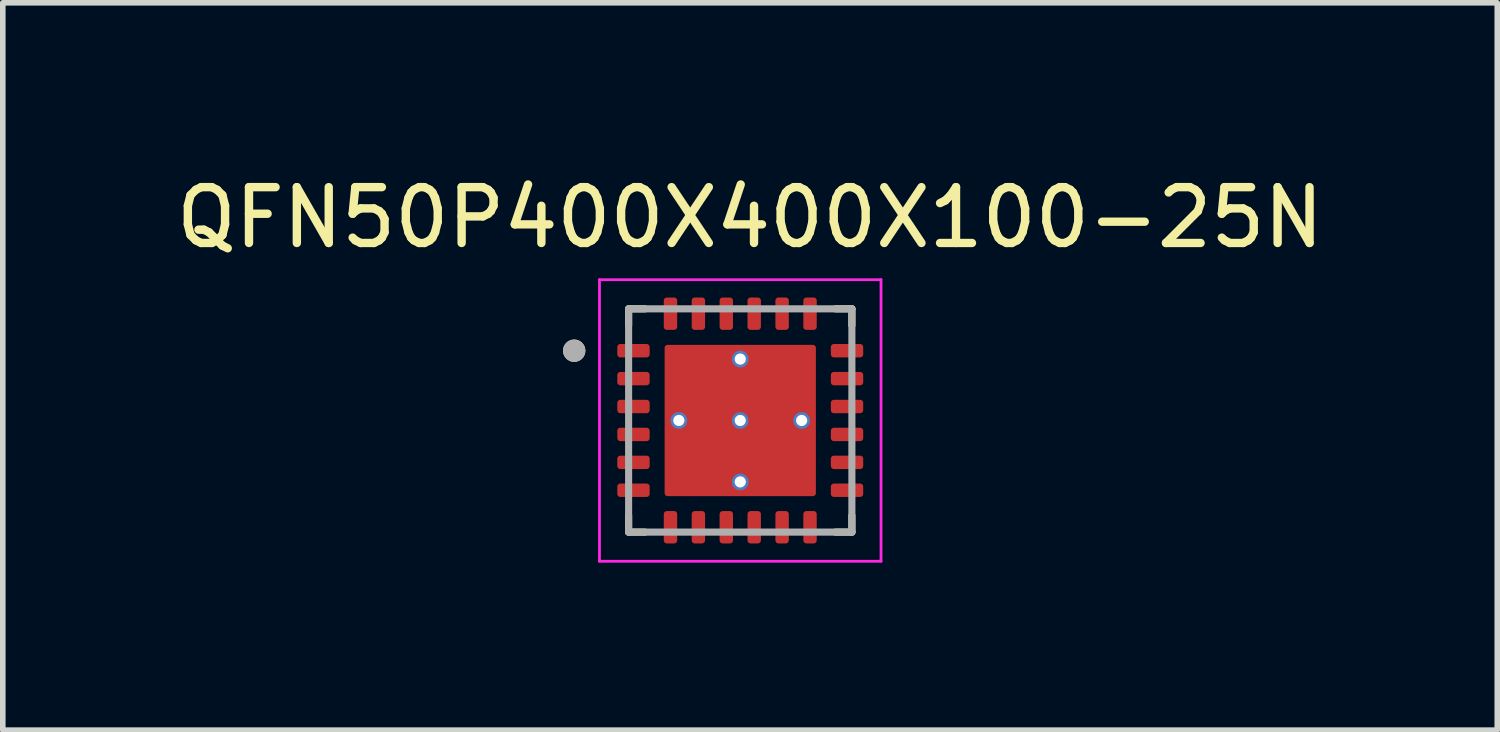
<source format=kicad_pcb>
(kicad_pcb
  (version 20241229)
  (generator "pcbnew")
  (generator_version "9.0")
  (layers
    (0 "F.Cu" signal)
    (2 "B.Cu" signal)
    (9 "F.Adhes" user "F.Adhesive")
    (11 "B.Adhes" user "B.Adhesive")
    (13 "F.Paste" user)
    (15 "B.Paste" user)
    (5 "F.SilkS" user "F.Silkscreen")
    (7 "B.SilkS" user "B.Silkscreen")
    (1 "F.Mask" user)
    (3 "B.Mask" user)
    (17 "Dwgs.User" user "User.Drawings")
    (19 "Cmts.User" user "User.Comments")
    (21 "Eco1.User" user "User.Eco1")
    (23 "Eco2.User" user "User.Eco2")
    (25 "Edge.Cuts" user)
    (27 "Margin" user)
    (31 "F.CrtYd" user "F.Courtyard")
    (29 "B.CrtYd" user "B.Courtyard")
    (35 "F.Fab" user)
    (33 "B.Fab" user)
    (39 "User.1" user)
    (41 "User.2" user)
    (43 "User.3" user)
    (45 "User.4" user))
  (footprint "QFN50P400X400X100-25N"
    (layer "F.Cu")
    (at 10.212 4.483)
    (property "Reference" "QFN50P400X400X100-25N" (at 0.175 -3.635 0) (layer "F.SilkS") (effects (font (size 1 1) (thickness 0.15))))
    (attr smd)
    (fp_poly (pts (xy -1.552 -1.11) (xy -1.552 -1.39) (xy -1.553 -1.393) (xy -1.553 -1.395) (xy -1.553 -1.398) (xy -1.554 -1.4) (xy -1.554 -1.403) (xy -1.555 -1.405) (xy -1.556 -1.408) (xy -1.557 -1.41) (xy -1.558 -1.413) (xy -1.559 -1.415) (xy -1.561 -1.417) (xy -1.562 -1.419) (xy -1.564 -1.421) (xy -1.565 -1.423) (xy -1.567 -1.425) (xy -1.569 -1.427) (xy -1.571 -1.429) (xy -1.573 -1.43) (xy -1.575 -1.432) (xy -1.578 -1.433) (xy -1.58 -1.435) (xy -1.582 -1.436) (xy -1.585 -1.437) (xy -1.587 -1.438) (xy -1.59 -1.438) (xy -1.592 -1.439) (xy -1.595 -1.439) (xy -1.597 -1.44) (xy -1.6 -1.44) (xy -1.603 -1.44) (xy -2.223 -1.44) (xy -2.225 -1.44) (xy -2.228 -1.44) (xy -2.23 -1.439) (xy -2.233 -1.439) (xy -2.235 -1.438) (xy -2.238 -1.438) (xy -2.24 -1.437) (xy -2.243 -1.436) (xy -2.245 -1.435) (xy -2.248 -1.433) (xy -2.25 -1.432) (xy -2.252 -1.43) (xy -2.254 -1.429) (xy -2.256 -1.427) (xy -2.258 -1.425) (xy -2.26 -1.423) (xy -2.261 -1.421) (xy -2.263 -1.419) (xy -2.264 -1.417) (xy -2.266 -1.415) (xy -2.267 -1.413) (xy -2.268 -1.41) (xy -2.269 -1.408) (xy -2.27 -1.405) (xy -2.271 -1.403) (xy -2.271 -1.4) (xy -2.272 -1.398) (xy -2.272 -1.395) (xy -2.272 -1.393) (xy -2.272 -1.39) (xy -2.272 -1.11) (xy -2.272 -1.107) (xy -2.272 -1.105) (xy -2.272 -1.102) (xy -2.271 -1.1) (xy -2.271 -1.097) (xy -2.27 -1.095) (xy -2.269 -1.092) (xy -2.268 -1.09) (xy -2.267 -1.087) (xy -2.266 -1.085) (xy -2.264 -1.083) (xy -2.263 -1.081) (xy -2.261 -1.079) (xy -2.26 -1.077) (xy -2.258 -1.075) (xy -2.256 -1.073) (xy -2.254 -1.071) (xy -2.252 -1.07) (xy -2.25 -1.068) (xy -2.248 -1.067) (xy -2.245 -1.065) (xy -2.243 -1.064) (xy -2.24 -1.063) (xy -2.238 -1.062) (xy -2.235 -1.062) (xy -2.233 -1.061) (xy -2.23 -1.061) (xy -2.228 -1.06) (xy -2.225 -1.06) (xy -2.223 -1.06) (xy -1.603 -1.06) (xy -1.6 -1.06) (xy -1.597 -1.06) (xy -1.595 -1.061) (xy -1.592 -1.061) (xy -1.59 -1.062) (xy -1.587 -1.062) (xy -1.585 -1.063) (xy -1.582 -1.064) (xy -1.58 -1.065) (xy -1.578 -1.067) (xy -1.575 -1.068) (xy -1.573 -1.07) (xy -1.571 -1.071) (xy -1.569 -1.073) (xy -1.567 -1.075) (xy -1.565 -1.077) (xy -1.564 -1.079) (xy -1.562 -1.081) (xy -1.561 -1.083) (xy -1.559 -1.085) (xy -1.558 -1.087) (xy -1.557 -1.09) (xy -1.556 -1.092) (xy -1.555 -1.095) (xy -1.554 -1.097) (xy -1.554 -1.1) (xy -1.553 -1.102) (xy -1.553 -1.105) (xy -1.553 -1.107) (xy -1.552 -1.11) (xy -1.552 -1.11)) (stroke (width 0.01) (type solid)) (fill yes) (layer "F.Mask"))
    (fp_poly (pts (xy -1.552 -0.61) (xy -1.552 -0.89) (xy -1.553 -0.893) (xy -1.553 -0.895) (xy -1.553 -0.898) (xy -1.554 -0.9) (xy -1.554 -0.903) (xy -1.555 -0.905) (xy -1.556 -0.908) (xy -1.557 -0.91) (xy -1.558 -0.913) (xy -1.559 -0.915) (xy -1.561 -0.917) (xy -1.562 -0.919) (xy -1.564 -0.921) (xy -1.565 -0.923) (xy -1.567 -0.925) (xy -1.569 -0.927) (xy -1.571 -0.929) (xy -1.573 -0.93) (xy -1.575 -0.932) (xy -1.578 -0.933) (xy -1.58 -0.935) (xy -1.582 -0.936) (xy -1.585 -0.937) (xy -1.587 -0.938) (xy -1.59 -0.938) (xy -1.592 -0.939) (xy -1.595 -0.939) (xy -1.597 -0.94) (xy -1.6 -0.94) (xy -1.603 -0.94) (xy -2.223 -0.94) (xy -2.225 -0.94) (xy -2.228 -0.94) (xy -2.23 -0.939) (xy -2.233 -0.939) (xy -2.235 -0.938) (xy -2.238 -0.938) (xy -2.24 -0.937) (xy -2.243 -0.936) (xy -2.245 -0.935) (xy -2.248 -0.933) (xy -2.25 -0.932) (xy -2.252 -0.93) (xy -2.254 -0.929) (xy -2.256 -0.927) (xy -2.258 -0.925) (xy -2.26 -0.923) (xy -2.261 -0.921) (xy -2.263 -0.919) (xy -2.264 -0.917) (xy -2.266 -0.915) (xy -2.267 -0.913) (xy -2.268 -0.91) (xy -2.269 -0.908) (xy -2.27 -0.905) (xy -2.271 -0.903) (xy -2.271 -0.9) (xy -2.272 -0.898) (xy -2.272 -0.895) (xy -2.272 -0.893) (xy -2.272 -0.89) (xy -2.272 -0.61) (xy -2.272 -0.607) (xy -2.272 -0.605) (xy -2.272 -0.602) (xy -2.271 -0.6) (xy -2.271 -0.597) (xy -2.27 -0.595) (xy -2.269 -0.592) (xy -2.268 -0.59) (xy -2.267 -0.587) (xy -2.266 -0.585) (xy -2.264 -0.583) (xy -2.263 -0.581) (xy -2.261 -0.579) (xy -2.26 -0.577) (xy -2.258 -0.575) (xy -2.256 -0.573) (xy -2.254 -0.571) (xy -2.252 -0.57) (xy -2.25 -0.568) (xy -2.248 -0.567) (xy -2.245 -0.565) (xy -2.243 -0.564) (xy -2.24 -0.563) (xy -2.238 -0.562) (xy -2.235 -0.562) (xy -2.233 -0.561) (xy -2.23 -0.561) (xy -2.228 -0.56) (xy -2.225 -0.56) (xy -2.223 -0.56) (xy -1.603 -0.56) (xy -1.6 -0.56) (xy -1.597 -0.56) (xy -1.595 -0.561) (xy -1.592 -0.561) (xy -1.59 -0.562) (xy -1.587 -0.562) (xy -1.585 -0.563) (xy -1.582 -0.564) (xy -1.58 -0.565) (xy -1.578 -0.567) (xy -1.575 -0.568) (xy -1.573 -0.57) (xy -1.571 -0.571) (xy -1.569 -0.573) (xy -1.567 -0.575) (xy -1.565 -0.577) (xy -1.564 -0.579) (xy -1.562 -0.581) (xy -1.561 -0.583) (xy -1.559 -0.585) (xy -1.558 -0.587) (xy -1.557 -0.59) (xy -1.556 -0.592) (xy -1.555 -0.595) (xy -1.554 -0.597) (xy -1.554 -0.6) (xy -1.553 -0.602) (xy -1.553 -0.605) (xy -1.553 -0.607) (xy -1.552 -0.61) (xy -1.552 -0.61)) (stroke (width 0.01) (type solid)) (fill yes) (layer "F.Mask"))
    (fp_poly (pts (xy -1.552 -0.11) (xy -1.552 -0.39) (xy -1.553 -0.393) (xy -1.553 -0.395) (xy -1.553 -0.398) (xy -1.554 -0.4) (xy -1.554 -0.403) (xy -1.555 -0.405) (xy -1.556 -0.408) (xy -1.557 -0.41) (xy -1.558 -0.413) (xy -1.559 -0.415) (xy -1.561 -0.417) (xy -1.562 -0.419) (xy -1.564 -0.421) (xy -1.565 -0.423) (xy -1.567 -0.425) (xy -1.569 -0.427) (xy -1.571 -0.429) (xy -1.573 -0.43) (xy -1.575 -0.432) (xy -1.578 -0.433) (xy -1.58 -0.435) (xy -1.582 -0.436) (xy -1.585 -0.437) (xy -1.587 -0.438) (xy -1.59 -0.438) (xy -1.592 -0.439) (xy -1.595 -0.439) (xy -1.597 -0.44) (xy -1.6 -0.44) (xy -1.603 -0.44) (xy -2.223 -0.44) (xy -2.225 -0.44) (xy -2.228 -0.44) (xy -2.23 -0.439) (xy -2.233 -0.439) (xy -2.235 -0.438) (xy -2.238 -0.438) (xy -2.24 -0.437) (xy -2.243 -0.436) (xy -2.245 -0.435) (xy -2.248 -0.433) (xy -2.25 -0.432) (xy -2.252 -0.43) (xy -2.254 -0.429) (xy -2.256 -0.427) (xy -2.258 -0.425) (xy -2.26 -0.423) (xy -2.261 -0.421) (xy -2.263 -0.419) (xy -2.264 -0.417) (xy -2.266 -0.415) (xy -2.267 -0.413) (xy -2.268 -0.41) (xy -2.269 -0.408) (xy -2.27 -0.405) (xy -2.271 -0.403) (xy -2.271 -0.4) (xy -2.272 -0.398) (xy -2.272 -0.395) (xy -2.272 -0.393) (xy -2.272 -0.39) (xy -2.272 -0.11) (xy -2.272 -0.107) (xy -2.272 -0.105) (xy -2.272 -0.102) (xy -2.271 -0.1) (xy -2.271 -0.097) (xy -2.27 -0.095) (xy -2.269 -0.092) (xy -2.268 -0.09) (xy -2.267 -0.087) (xy -2.266 -0.085) (xy -2.264 -0.083) (xy -2.263 -0.081) (xy -2.261 -0.079) (xy -2.26 -0.077) (xy -2.258 -0.075) (xy -2.256 -0.073) (xy -2.254 -0.071) (xy -2.252 -0.07) (xy -2.25 -0.068) (xy -2.248 -0.067) (xy -2.245 -0.065) (xy -2.243 -0.064) (xy -2.24 -0.063) (xy -2.238 -0.062) (xy -2.235 -0.062) (xy -2.233 -0.061) (xy -2.23 -0.061) (xy -2.228 -0.06) (xy -2.225 -0.06) (xy -2.223 -0.06) (xy -1.603 -0.06) (xy -1.6 -0.06) (xy -1.597 -0.06) (xy -1.595 -0.061) (xy -1.592 -0.061) (xy -1.59 -0.062) (xy -1.587 -0.062) (xy -1.585 -0.063) (xy -1.582 -0.064) (xy -1.58 -0.065) (xy -1.578 -0.067) (xy -1.575 -0.068) (xy -1.573 -0.07) (xy -1.571 -0.071) (xy -1.569 -0.073) (xy -1.567 -0.075) (xy -1.565 -0.077) (xy -1.564 -0.079) (xy -1.562 -0.081) (xy -1.561 -0.083) (xy -1.559 -0.085) (xy -1.558 -0.087) (xy -1.557 -0.09) (xy -1.556 -0.092) (xy -1.555 -0.095) (xy -1.554 -0.097) (xy -1.554 -0.1) (xy -1.553 -0.102) (xy -1.553 -0.105) (xy -1.553 -0.107) (xy -1.552 -0.11) (xy -1.552 -0.11)) (stroke (width 0.01) (type solid)) (fill yes) (layer "F.Mask"))
    (fp_poly (pts (xy -1.552 0.39) (xy -1.552 0.11) (xy -1.553 0.107) (xy -1.553 0.105) (xy -1.553 0.102) (xy -1.554 0.1) (xy -1.554 0.097) (xy -1.555 0.095) (xy -1.556 0.092) (xy -1.557 0.09) (xy -1.558 0.087) (xy -1.559 0.085) (xy -1.561 0.083) (xy -1.562 0.081) (xy -1.564 0.079) (xy -1.565 0.077) (xy -1.567 0.075) (xy -1.569 0.073) (xy -1.571 0.071) (xy -1.573 0.07) (xy -1.575 0.068) (xy -1.578 0.067) (xy -1.58 0.065) (xy -1.582 0.064) (xy -1.585 0.063) (xy -1.587 0.062) (xy -1.59 0.062) (xy -1.592 0.061) (xy -1.595 0.061) (xy -1.597 0.06) (xy -1.6 0.06) (xy -1.603 0.06) (xy -2.223 0.06) (xy -2.225 0.06) (xy -2.228 0.06) (xy -2.23 0.061) (xy -2.233 0.061) (xy -2.235 0.062) (xy -2.238 0.062) (xy -2.24 0.063) (xy -2.243 0.064) (xy -2.245 0.065) (xy -2.248 0.067) (xy -2.25 0.068) (xy -2.252 0.07) (xy -2.254 0.071) (xy -2.256 0.073) (xy -2.258 0.075) (xy -2.26 0.077) (xy -2.261 0.079) (xy -2.263 0.081) (xy -2.264 0.083) (xy -2.266 0.085) (xy -2.267 0.087) (xy -2.268 0.09) (xy -2.269 0.092) (xy -2.27 0.095) (xy -2.271 0.097) (xy -2.271 0.1) (xy -2.272 0.102) (xy -2.272 0.105) (xy -2.272 0.107) (xy -2.272 0.11) (xy -2.272 0.39) (xy -2.272 0.393) (xy -2.272 0.395) (xy -2.272 0.398) (xy -2.271 0.4) (xy -2.271 0.403) (xy -2.27 0.405) (xy -2.269 0.408) (xy -2.268 0.41) (xy -2.267 0.413) (xy -2.266 0.415) (xy -2.264 0.417) (xy -2.263 0.419) (xy -2.261 0.421) (xy -2.26 0.423) (xy -2.258 0.425) (xy -2.256 0.427) (xy -2.254 0.429) (xy -2.252 0.43) (xy -2.25 0.432) (xy -2.248 0.433) (xy -2.245 0.435) (xy -2.243 0.436) (xy -2.24 0.437) (xy -2.238 0.438) (xy -2.235 0.438) (xy -2.233 0.439) (xy -2.23 0.439) (xy -2.228 0.44) (xy -2.225 0.44) (xy -2.223 0.44) (xy -1.603 0.44) (xy -1.6 0.44) (xy -1.597 0.44) (xy -1.595 0.439) (xy -1.592 0.439) (xy -1.59 0.438) (xy -1.587 0.438) (xy -1.585 0.437) (xy -1.582 0.436) (xy -1.58 0.435) (xy -1.578 0.433) (xy -1.575 0.432) (xy -1.573 0.43) (xy -1.571 0.429) (xy -1.569 0.427) (xy -1.567 0.425) (xy -1.565 0.423) (xy -1.564 0.421) (xy -1.562 0.419) (xy -1.561 0.417) (xy -1.559 0.415) (xy -1.558 0.413) (xy -1.557 0.41) (xy -1.556 0.408) (xy -1.555 0.405) (xy -1.554 0.403) (xy -1.554 0.4) (xy -1.553 0.398) (xy -1.553 0.395) (xy -1.553 0.393) (xy -1.552 0.39) (xy -1.552 0.39)) (stroke (width 0.01) (type solid)) (fill yes) (layer "F.Mask"))
    (fp_poly (pts (xy -1.552 0.89) (xy -1.552 0.61) (xy -1.553 0.607) (xy -1.553 0.605) (xy -1.553 0.602) (xy -1.554 0.6) (xy -1.554 0.597) (xy -1.555 0.595) (xy -1.556 0.592) (xy -1.557 0.59) (xy -1.558 0.587) (xy -1.559 0.585) (xy -1.561 0.583) (xy -1.562 0.581) (xy -1.564 0.579) (xy -1.565 0.577) (xy -1.567 0.575) (xy -1.569 0.573) (xy -1.571 0.571) (xy -1.573 0.57) (xy -1.575 0.568) (xy -1.578 0.567) (xy -1.58 0.565) (xy -1.582 0.564) (xy -1.585 0.563) (xy -1.587 0.562) (xy -1.59 0.562) (xy -1.592 0.561) (xy -1.595 0.561) (xy -1.597 0.56) (xy -1.6 0.56) (xy -1.603 0.56) (xy -2.223 0.56) (xy -2.225 0.56) (xy -2.228 0.56) (xy -2.23 0.561) (xy -2.233 0.561) (xy -2.235 0.562) (xy -2.238 0.562) (xy -2.24 0.563) (xy -2.243 0.564) (xy -2.245 0.565) (xy -2.248 0.567) (xy -2.25 0.568) (xy -2.252 0.57) (xy -2.254 0.571) (xy -2.256 0.573) (xy -2.258 0.575) (xy -2.26 0.577) (xy -2.261 0.579) (xy -2.263 0.581) (xy -2.264 0.583) (xy -2.266 0.585) (xy -2.267 0.587) (xy -2.268 0.59) (xy -2.269 0.592) (xy -2.27 0.595) (xy -2.271 0.597) (xy -2.271 0.6) (xy -2.272 0.602) (xy -2.272 0.605) (xy -2.272 0.607) (xy -2.272 0.61) (xy -2.272 0.89) (xy -2.272 0.893) (xy -2.272 0.895) (xy -2.272 0.898) (xy -2.271 0.9) (xy -2.271 0.903) (xy -2.27 0.905) (xy -2.269 0.908) (xy -2.268 0.91) (xy -2.267 0.913) (xy -2.266 0.915) (xy -2.264 0.917) (xy -2.263 0.919) (xy -2.261 0.921) (xy -2.26 0.923) (xy -2.258 0.925) (xy -2.256 0.927) (xy -2.254 0.929) (xy -2.252 0.93) (xy -2.25 0.932) (xy -2.248 0.933) (xy -2.245 0.935) (xy -2.243 0.936) (xy -2.24 0.937) (xy -2.238 0.938) (xy -2.235 0.938) (xy -2.233 0.939) (xy -2.23 0.939) (xy -2.228 0.94) (xy -2.225 0.94) (xy -2.223 0.94) (xy -1.603 0.94) (xy -1.6 0.94) (xy -1.597 0.94) (xy -1.595 0.939) (xy -1.592 0.939) (xy -1.59 0.938) (xy -1.587 0.938) (xy -1.585 0.937) (xy -1.582 0.936) (xy -1.58 0.935) (xy -1.578 0.933) (xy -1.575 0.932) (xy -1.573 0.93) (xy -1.571 0.929) (xy -1.569 0.927) (xy -1.567 0.925) (xy -1.565 0.923) (xy -1.564 0.921) (xy -1.562 0.919) (xy -1.561 0.917) (xy -1.559 0.915) (xy -1.558 0.913) (xy -1.557 0.91) (xy -1.556 0.908) (xy -1.555 0.905) (xy -1.554 0.903) (xy -1.554 0.9) (xy -1.553 0.898) (xy -1.553 0.895) (xy -1.553 0.893) (xy -1.552 0.89) (xy -1.552 0.89)) (stroke (width 0.01) (type solid)) (fill yes) (layer "F.Mask"))
    (fp_poly (pts (xy -1.552 1.39) (xy -1.552 1.11) (xy -1.553 1.107) (xy -1.553 1.105) (xy -1.553 1.102) (xy -1.554 1.1) (xy -1.554 1.097) (xy -1.555 1.095) (xy -1.556 1.092) (xy -1.557 1.09) (xy -1.558 1.087) (xy -1.559 1.085) (xy -1.561 1.083) (xy -1.562 1.081) (xy -1.564 1.079) (xy -1.565 1.077) (xy -1.567 1.075) (xy -1.569 1.073) (xy -1.571 1.071) (xy -1.573 1.07) (xy -1.575 1.068) (xy -1.578 1.067) (xy -1.58 1.065) (xy -1.582 1.064) (xy -1.585 1.063) (xy -1.587 1.062) (xy -1.59 1.062) (xy -1.592 1.061) (xy -1.595 1.061) (xy -1.597 1.06) (xy -1.6 1.06) (xy -1.603 1.06) (xy -2.223 1.06) (xy -2.225 1.06) (xy -2.228 1.06) (xy -2.23 1.061) (xy -2.233 1.061) (xy -2.235 1.062) (xy -2.238 1.062) (xy -2.24 1.063) (xy -2.243 1.064) (xy -2.245 1.065) (xy -2.248 1.067) (xy -2.25 1.068) (xy -2.252 1.07) (xy -2.254 1.071) (xy -2.256 1.073) (xy -2.258 1.075) (xy -2.26 1.077) (xy -2.261 1.079) (xy -2.263 1.081) (xy -2.264 1.083) (xy -2.266 1.085) (xy -2.267 1.087) (xy -2.268 1.09) (xy -2.269 1.092) (xy -2.27 1.095) (xy -2.271 1.097) (xy -2.271 1.1) (xy -2.272 1.102) (xy -2.272 1.105) (xy -2.272 1.107) (xy -2.272 1.11) (xy -2.272 1.39) (xy -2.272 1.393) (xy -2.272 1.395) (xy -2.272 1.398) (xy -2.271 1.4) (xy -2.271 1.403) (xy -2.27 1.405) (xy -2.269 1.408) (xy -2.268 1.41) (xy -2.267 1.413) (xy -2.266 1.415) (xy -2.264 1.417) (xy -2.263 1.419) (xy -2.261 1.421) (xy -2.26 1.423) (xy -2.258 1.425) (xy -2.256 1.427) (xy -2.254 1.429) (xy -2.252 1.43) (xy -2.25 1.432) (xy -2.248 1.433) (xy -2.245 1.435) (xy -2.243 1.436) (xy -2.24 1.437) (xy -2.238 1.438) (xy -2.235 1.438) (xy -2.233 1.439) (xy -2.23 1.439) (xy -2.228 1.44) (xy -2.225 1.44) (xy -2.223 1.44) (xy -1.603 1.44) (xy -1.6 1.44) (xy -1.597 1.44) (xy -1.595 1.439) (xy -1.592 1.439) (xy -1.59 1.438) (xy -1.587 1.438) (xy -1.585 1.437) (xy -1.582 1.436) (xy -1.58 1.435) (xy -1.578 1.433) (xy -1.575 1.432) (xy -1.573 1.43) (xy -1.571 1.429) (xy -1.569 1.427) (xy -1.567 1.425) (xy -1.565 1.423) (xy -1.564 1.421) (xy -1.562 1.419) (xy -1.561 1.417) (xy -1.559 1.415) (xy -1.558 1.413) (xy -1.557 1.41) (xy -1.556 1.408) (xy -1.555 1.405) (xy -1.554 1.403) (xy -1.554 1.4) (xy -1.553 1.398) (xy -1.553 1.395) (xy -1.553 1.393) (xy -1.552 1.39) (xy -1.552 1.39)) (stroke (width 0.01) (type solid)) (fill yes) (layer "F.Mask"))
    (fp_poly (pts (xy -1.11 -2.272) (xy -1.39 -2.272) (xy -1.393 -2.272) (xy -1.395 -2.272) (xy -1.398 -2.272) (xy -1.4 -2.271) (xy -1.403 -2.271) (xy -1.405 -2.27) (xy -1.408 -2.269) (xy -1.41 -2.268) (xy -1.413 -2.267) (xy -1.415 -2.266) (xy -1.417 -2.264) (xy -1.419 -2.263) (xy -1.421 -2.261) (xy -1.423 -2.26) (xy -1.425 -2.258) (xy -1.427 -2.256) (xy -1.429 -2.254) (xy -1.43 -2.252) (xy -1.432 -2.25) (xy -1.433 -2.248) (xy -1.435 -2.245) (xy -1.436 -2.243) (xy -1.437 -2.24) (xy -1.438 -2.238) (xy -1.438 -2.235) (xy -1.439 -2.233) (xy -1.439 -2.23) (xy -1.44 -2.228) (xy -1.44 -2.225) (xy -1.44 -2.223) (xy -1.44 -1.603) (xy -1.44 -1.6) (xy -1.44 -1.597) (xy -1.439 -1.595) (xy -1.439 -1.592) (xy -1.438 -1.59) (xy -1.438 -1.587) (xy -1.437 -1.585) (xy -1.436 -1.582) (xy -1.435 -1.58) (xy -1.433 -1.578) (xy -1.432 -1.575) (xy -1.43 -1.573) (xy -1.429 -1.571) (xy -1.427 -1.569) (xy -1.425 -1.567) (xy -1.423 -1.565) (xy -1.421 -1.564) (xy -1.419 -1.562) (xy -1.417 -1.561) (xy -1.415 -1.559) (xy -1.413 -1.558) (xy -1.41 -1.557) (xy -1.408 -1.556) (xy -1.405 -1.555) (xy -1.403 -1.554) (xy -1.4 -1.554) (xy -1.398 -1.553) (xy -1.395 -1.553) (xy -1.393 -1.553) (xy -1.39 -1.552) (xy -1.11 -1.552) (xy -1.107 -1.553) (xy -1.105 -1.553) (xy -1.102 -1.553) (xy -1.1 -1.554) (xy -1.097 -1.554) (xy -1.095 -1.555) (xy -1.092 -1.556) (xy -1.09 -1.557) (xy -1.087 -1.558) (xy -1.085 -1.559) (xy -1.083 -1.561) (xy -1.081 -1.562) (xy -1.079 -1.564) (xy -1.077 -1.565) (xy -1.075 -1.567) (xy -1.073 -1.569) (xy -1.071 -1.571) (xy -1.07 -1.573) (xy -1.068 -1.575) (xy -1.067 -1.578) (xy -1.065 -1.58) (xy -1.064 -1.582) (xy -1.063 -1.585) (xy -1.062 -1.587) (xy -1.062 -1.59) (xy -1.061 -1.592) (xy -1.061 -1.595) (xy -1.06 -1.597) (xy -1.06 -1.6) (xy -1.06 -1.603) (xy -1.06 -2.223) (xy -1.06 -2.225) (xy -1.06 -2.228) (xy -1.061 -2.23) (xy -1.061 -2.233) (xy -1.062 -2.235) (xy -1.062 -2.238) (xy -1.063 -2.24) (xy -1.064 -2.243) (xy -1.065 -2.245) (xy -1.067 -2.248) (xy -1.068 -2.25) (xy -1.07 -2.252) (xy -1.071 -2.254) (xy -1.073 -2.256) (xy -1.075 -2.258) (xy -1.077 -2.26) (xy -1.079 -2.261) (xy -1.081 -2.263) (xy -1.083 -2.264) (xy -1.085 -2.266) (xy -1.087 -2.267) (xy -1.09 -2.268) (xy -1.092 -2.269) (xy -1.095 -2.27) (xy -1.097 -2.271) (xy -1.1 -2.271) (xy -1.102 -2.272) (xy -1.105 -2.272) (xy -1.107 -2.272) (xy -1.11 -2.272) (xy -1.11 -2.272)) (stroke (width 0.01) (type solid)) (fill yes) (layer "F.Mask"))
    (fp_poly (pts (xy -1.11 1.552) (xy -1.39 1.552) (xy -1.393 1.553) (xy -1.395 1.553) (xy -1.398 1.553) (xy -1.4 1.554) (xy -1.403 1.554) (xy -1.405 1.555) (xy -1.408 1.556) (xy -1.41 1.557) (xy -1.413 1.558) (xy -1.415 1.559) (xy -1.417 1.561) (xy -1.419 1.562) (xy -1.421 1.564) (xy -1.423 1.565) (xy -1.425 1.567) (xy -1.427 1.569) (xy -1.429 1.571) (xy -1.43 1.573) (xy -1.432 1.575) (xy -1.433 1.578) (xy -1.435 1.58) (xy -1.436 1.582) (xy -1.437 1.585) (xy -1.438 1.587) (xy -1.438 1.59) (xy -1.439 1.592) (xy -1.439 1.595) (xy -1.44 1.597) (xy -1.44 1.6) (xy -1.44 1.603) (xy -1.44 2.223) (xy -1.44 2.225) (xy -1.44 2.228) (xy -1.439 2.23) (xy -1.439 2.233) (xy -1.438 2.235) (xy -1.438 2.238) (xy -1.437 2.24) (xy -1.436 2.243) (xy -1.435 2.245) (xy -1.433 2.248) (xy -1.432 2.25) (xy -1.43 2.252) (xy -1.429 2.254) (xy -1.427 2.256) (xy -1.425 2.258) (xy -1.423 2.26) (xy -1.421 2.261) (xy -1.419 2.263) (xy -1.417 2.264) (xy -1.415 2.266) (xy -1.413 2.267) (xy -1.41 2.268) (xy -1.408 2.269) (xy -1.405 2.27) (xy -1.403 2.271) (xy -1.4 2.271) (xy -1.398 2.272) (xy -1.395 2.272) (xy -1.393 2.272) (xy -1.39 2.272) (xy -1.11 2.272) (xy -1.107 2.272) (xy -1.105 2.272) (xy -1.102 2.272) (xy -1.1 2.271) (xy -1.097 2.271) (xy -1.095 2.27) (xy -1.092 2.269) (xy -1.09 2.268) (xy -1.087 2.267) (xy -1.085 2.266) (xy -1.083 2.264) (xy -1.081 2.263) (xy -1.079 2.261) (xy -1.077 2.26) (xy -1.075 2.258) (xy -1.073 2.256) (xy -1.071 2.254) (xy -1.07 2.252) (xy -1.068 2.25) (xy -1.067 2.248) (xy -1.065 2.245) (xy -1.064 2.243) (xy -1.063 2.24) (xy -1.062 2.238) (xy -1.062 2.235) (xy -1.061 2.233) (xy -1.061 2.23) (xy -1.06 2.228) (xy -1.06 2.225) (xy -1.06 2.223) (xy -1.06 1.603) (xy -1.06 1.6) (xy -1.06 1.597) (xy -1.061 1.595) (xy -1.061 1.592) (xy -1.062 1.59) (xy -1.062 1.587) (xy -1.063 1.585) (xy -1.064 1.582) (xy -1.065 1.58) (xy -1.067 1.578) (xy -1.068 1.575) (xy -1.07 1.573) (xy -1.071 1.571) (xy -1.073 1.569) (xy -1.075 1.567) (xy -1.077 1.565) (xy -1.079 1.564) (xy -1.081 1.562) (xy -1.083 1.561) (xy -1.085 1.559) (xy -1.087 1.558) (xy -1.09 1.557) (xy -1.092 1.556) (xy -1.095 1.555) (xy -1.097 1.554) (xy -1.1 1.554) (xy -1.102 1.553) (xy -1.105 1.553) (xy -1.107 1.553) (xy -1.11 1.552) (xy -1.11 1.552)) (stroke (width 0.01) (type solid)) (fill yes) (layer "F.Mask"))
    (fp_poly (pts (xy -0.61 -2.272) (xy -0.89 -2.272) (xy -0.893 -2.272) (xy -0.895 -2.272) (xy -0.898 -2.272) (xy -0.9 -2.271) (xy -0.903 -2.271) (xy -0.905 -2.27) (xy -0.908 -2.269) (xy -0.91 -2.268) (xy -0.913 -2.267) (xy -0.915 -2.266) (xy -0.917 -2.264) (xy -0.919 -2.263) (xy -0.921 -2.261) (xy -0.923 -2.26) (xy -0.925 -2.258) (xy -0.927 -2.256) (xy -0.929 -2.254) (xy -0.93 -2.252) (xy -0.932 -2.25) (xy -0.933 -2.248) (xy -0.935 -2.245) (xy -0.936 -2.243) (xy -0.937 -2.24) (xy -0.938 -2.238) (xy -0.938 -2.235) (xy -0.939 -2.233) (xy -0.939 -2.23) (xy -0.94 -2.228) (xy -0.94 -2.225) (xy -0.94 -2.223) (xy -0.94 -1.603) (xy -0.94 -1.6) (xy -0.94 -1.597) (xy -0.939 -1.595) (xy -0.939 -1.592) (xy -0.938 -1.59) (xy -0.938 -1.587) (xy -0.937 -1.585) (xy -0.936 -1.582) (xy -0.935 -1.58) (xy -0.933 -1.578) (xy -0.932 -1.575) (xy -0.93 -1.573) (xy -0.929 -1.571) (xy -0.927 -1.569) (xy -0.925 -1.567) (xy -0.923 -1.565) (xy -0.921 -1.564) (xy -0.919 -1.562) (xy -0.917 -1.561) (xy -0.915 -1.559) (xy -0.913 -1.558) (xy -0.91 -1.557) (xy -0.908 -1.556) (xy -0.905 -1.555) (xy -0.903 -1.554) (xy -0.9 -1.554) (xy -0.898 -1.553) (xy -0.895 -1.553) (xy -0.893 -1.553) (xy -0.89 -1.552) (xy -0.61 -1.552) (xy -0.607 -1.553) (xy -0.605 -1.553) (xy -0.602 -1.553) (xy -0.6 -1.554) (xy -0.597 -1.554) (xy -0.595 -1.555) (xy -0.592 -1.556) (xy -0.59 -1.557) (xy -0.587 -1.558) (xy -0.585 -1.559) (xy -0.583 -1.561) (xy -0.581 -1.562) (xy -0.579 -1.564) (xy -0.577 -1.565) (xy -0.575 -1.567) (xy -0.573 -1.569) (xy -0.571 -1.571) (xy -0.57 -1.573) (xy -0.568 -1.575) (xy -0.567 -1.578) (xy -0.565 -1.58) (xy -0.564 -1.582) (xy -0.563 -1.585) (xy -0.562 -1.587) (xy -0.562 -1.59) (xy -0.561 -1.592) (xy -0.561 -1.595) (xy -0.56 -1.597) (xy -0.56 -1.6) (xy -0.56 -1.603) (xy -0.56 -2.223) (xy -0.56 -2.225) (xy -0.56 -2.228) (xy -0.561 -2.23) (xy -0.561 -2.233) (xy -0.562 -2.235) (xy -0.562 -2.238) (xy -0.563 -2.24) (xy -0.564 -2.243) (xy -0.565 -2.245) (xy -0.567 -2.248) (xy -0.568 -2.25) (xy -0.57 -2.252) (xy -0.571 -2.254) (xy -0.573 -2.256) (xy -0.575 -2.258) (xy -0.577 -2.26) (xy -0.579 -2.261) (xy -0.581 -2.263) (xy -0.583 -2.264) (xy -0.585 -2.266) (xy -0.587 -2.267) (xy -0.59 -2.268) (xy -0.592 -2.269) (xy -0.595 -2.27) (xy -0.597 -2.271) (xy -0.6 -2.271) (xy -0.602 -2.272) (xy -0.605 -2.272) (xy -0.607 -2.272) (xy -0.61 -2.272) (xy -0.61 -2.272)) (stroke (width 0.01) (type solid)) (fill yes) (layer "F.Mask"))
    (fp_poly (pts (xy -0.61 1.552) (xy -0.89 1.552) (xy -0.893 1.553) (xy -0.895 1.553) (xy -0.898 1.553) (xy -0.9 1.554) (xy -0.903 1.554) (xy -0.905 1.555) (xy -0.908 1.556) (xy -0.91 1.557) (xy -0.913 1.558) (xy -0.915 1.559) (xy -0.917 1.561) (xy -0.919 1.562) (xy -0.921 1.564) (xy -0.923 1.565) (xy -0.925 1.567) (xy -0.927 1.569) (xy -0.929 1.571) (xy -0.93 1.573) (xy -0.932 1.575) (xy -0.933 1.578) (xy -0.935 1.58) (xy -0.936 1.582) (xy -0.937 1.585) (xy -0.938 1.587) (xy -0.938 1.59) (xy -0.939 1.592) (xy -0.939 1.595) (xy -0.94 1.597) (xy -0.94 1.6) (xy -0.94 1.603) (xy -0.94 2.223) (xy -0.94 2.225) (xy -0.94 2.228) (xy -0.939 2.23) (xy -0.939 2.233) (xy -0.938 2.235) (xy -0.938 2.238) (xy -0.937 2.24) (xy -0.936 2.243) (xy -0.935 2.245) (xy -0.933 2.248) (xy -0.932 2.25) (xy -0.93 2.252) (xy -0.929 2.254) (xy -0.927 2.256) (xy -0.925 2.258) (xy -0.923 2.26) (xy -0.921 2.261) (xy -0.919 2.263) (xy -0.917 2.264) (xy -0.915 2.266) (xy -0.913 2.267) (xy -0.91 2.268) (xy -0.908 2.269) (xy -0.905 2.27) (xy -0.903 2.271) (xy -0.9 2.271) (xy -0.898 2.272) (xy -0.895 2.272) (xy -0.893 2.272) (xy -0.89 2.272) (xy -0.61 2.272) (xy -0.607 2.272) (xy -0.605 2.272) (xy -0.602 2.272) (xy -0.6 2.271) (xy -0.597 2.271) (xy -0.595 2.27) (xy -0.592 2.269) (xy -0.59 2.268) (xy -0.587 2.267) (xy -0.585 2.266) (xy -0.583 2.264) (xy -0.581 2.263) (xy -0.579 2.261) (xy -0.577 2.26) (xy -0.575 2.258) (xy -0.573 2.256) (xy -0.571 2.254) (xy -0.57 2.252) (xy -0.568 2.25) (xy -0.567 2.248) (xy -0.565 2.245) (xy -0.564 2.243) (xy -0.563 2.24) (xy -0.562 2.238) (xy -0.562 2.235) (xy -0.561 2.233) (xy -0.561 2.23) (xy -0.56 2.228) (xy -0.56 2.225) (xy -0.56 2.223) (xy -0.56 1.603) (xy -0.56 1.6) (xy -0.56 1.597) (xy -0.561 1.595) (xy -0.561 1.592) (xy -0.562 1.59) (xy -0.562 1.587) (xy -0.563 1.585) (xy -0.564 1.582) (xy -0.565 1.58) (xy -0.567 1.578) (xy -0.568 1.575) (xy -0.57 1.573) (xy -0.571 1.571) (xy -0.573 1.569) (xy -0.575 1.567) (xy -0.577 1.565) (xy -0.579 1.564) (xy -0.581 1.562) (xy -0.583 1.561) (xy -0.585 1.559) (xy -0.587 1.558) (xy -0.59 1.557) (xy -0.592 1.556) (xy -0.595 1.555) (xy -0.597 1.554) (xy -0.6 1.554) (xy -0.602 1.553) (xy -0.605 1.553) (xy -0.607 1.553) (xy -0.61 1.552) (xy -0.61 1.552)) (stroke (width 0.01) (type solid)) (fill yes) (layer "F.Mask"))
    (fp_poly (pts (xy -0.11 -2.272) (xy -0.39 -2.272) (xy -0.393 -2.272) (xy -0.395 -2.272) (xy -0.398 -2.272) (xy -0.4 -2.271) (xy -0.403 -2.271) (xy -0.405 -2.27) (xy -0.408 -2.269) (xy -0.41 -2.268) (xy -0.413 -2.267) (xy -0.415 -2.266) (xy -0.417 -2.264) (xy -0.419 -2.263) (xy -0.421 -2.261) (xy -0.423 -2.26) (xy -0.425 -2.258) (xy -0.427 -2.256) (xy -0.429 -2.254) (xy -0.43 -2.252) (xy -0.432 -2.25) (xy -0.433 -2.248) (xy -0.435 -2.245) (xy -0.436 -2.243) (xy -0.437 -2.24) (xy -0.438 -2.238) (xy -0.438 -2.235) (xy -0.439 -2.233) (xy -0.439 -2.23) (xy -0.44 -2.228) (xy -0.44 -2.225) (xy -0.44 -2.223) (xy -0.44 -1.603) (xy -0.44 -1.6) (xy -0.44 -1.597) (xy -0.439 -1.595) (xy -0.439 -1.592) (xy -0.438 -1.59) (xy -0.438 -1.587) (xy -0.437 -1.585) (xy -0.436 -1.582) (xy -0.435 -1.58) (xy -0.433 -1.578) (xy -0.432 -1.575) (xy -0.43 -1.573) (xy -0.429 -1.571) (xy -0.427 -1.569) (xy -0.425 -1.567) (xy -0.423 -1.565) (xy -0.421 -1.564) (xy -0.419 -1.562) (xy -0.417 -1.561) (xy -0.415 -1.559) (xy -0.413 -1.558) (xy -0.41 -1.557) (xy -0.408 -1.556) (xy -0.405 -1.555) (xy -0.403 -1.554) (xy -0.4 -1.554) (xy -0.398 -1.553) (xy -0.395 -1.553) (xy -0.393 -1.553) (xy -0.39 -1.552) (xy -0.11 -1.552) (xy -0.107 -1.553) (xy -0.105 -1.553) (xy -0.102 -1.553) (xy -0.1 -1.554) (xy -0.097 -1.554) (xy -0.095 -1.555) (xy -0.092 -1.556) (xy -0.09 -1.557) (xy -0.087 -1.558) (xy -0.085 -1.559) (xy -0.083 -1.561) (xy -0.081 -1.562) (xy -0.079 -1.564) (xy -0.077 -1.565) (xy -0.075 -1.567) (xy -0.073 -1.569) (xy -0.071 -1.571) (xy -0.07 -1.573) (xy -0.068 -1.575) (xy -0.067 -1.578) (xy -0.065 -1.58) (xy -0.064 -1.582) (xy -0.063 -1.585) (xy -0.062 -1.587) (xy -0.062 -1.59) (xy -0.061 -1.592) (xy -0.061 -1.595) (xy -0.06 -1.597) (xy -0.06 -1.6) (xy -0.06 -1.603) (xy -0.06 -2.223) (xy -0.06 -2.225) (xy -0.06 -2.228) (xy -0.061 -2.23) (xy -0.061 -2.233) (xy -0.062 -2.235) (xy -0.062 -2.238) (xy -0.063 -2.24) (xy -0.064 -2.243) (xy -0.065 -2.245) (xy -0.067 -2.248) (xy -0.068 -2.25) (xy -0.07 -2.252) (xy -0.071 -2.254) (xy -0.073 -2.256) (xy -0.075 -2.258) (xy -0.077 -2.26) (xy -0.079 -2.261) (xy -0.081 -2.263) (xy -0.083 -2.264) (xy -0.085 -2.266) (xy -0.087 -2.267) (xy -0.09 -2.268) (xy -0.092 -2.269) (xy -0.095 -2.27) (xy -0.097 -2.271) (xy -0.1 -2.271) (xy -0.102 -2.272) (xy -0.105 -2.272) (xy -0.107 -2.272) (xy -0.11 -2.272) (xy -0.11 -2.272)) (stroke (width 0.01) (type solid)) (fill yes) (layer "F.Mask"))
    (fp_poly (pts (xy -0.11 1.552) (xy -0.39 1.552) (xy -0.393 1.553) (xy -0.395 1.553) (xy -0.398 1.553) (xy -0.4 1.554) (xy -0.403 1.554) (xy -0.405 1.555) (xy -0.408 1.556) (xy -0.41 1.557) (xy -0.413 1.558) (xy -0.415 1.559) (xy -0.417 1.561) (xy -0.419 1.562) (xy -0.421 1.564) (xy -0.423 1.565) (xy -0.425 1.567) (xy -0.427 1.569) (xy -0.429 1.571) (xy -0.43 1.573) (xy -0.432 1.575) (xy -0.433 1.578) (xy -0.435 1.58) (xy -0.436 1.582) (xy -0.437 1.585) (xy -0.438 1.587) (xy -0.438 1.59) (xy -0.439 1.592) (xy -0.439 1.595) (xy -0.44 1.597) (xy -0.44 1.6) (xy -0.44 1.603) (xy -0.44 2.223) (xy -0.44 2.225) (xy -0.44 2.228) (xy -0.439 2.23) (xy -0.439 2.233) (xy -0.438 2.235) (xy -0.438 2.238) (xy -0.437 2.24) (xy -0.436 2.243) (xy -0.435 2.245) (xy -0.433 2.248) (xy -0.432 2.25) (xy -0.43 2.252) (xy -0.429 2.254) (xy -0.427 2.256) (xy -0.425 2.258) (xy -0.423 2.26) (xy -0.421 2.261) (xy -0.419 2.263) (xy -0.417 2.264) (xy -0.415 2.266) (xy -0.413 2.267) (xy -0.41 2.268) (xy -0.408 2.269) (xy -0.405 2.27) (xy -0.403 2.271) (xy -0.4 2.271) (xy -0.398 2.272) (xy -0.395 2.272) (xy -0.393 2.272) (xy -0.39 2.272) (xy -0.11 2.272) (xy -0.107 2.272) (xy -0.105 2.272) (xy -0.102 2.272) (xy -0.1 2.271) (xy -0.097 2.271) (xy -0.095 2.27) (xy -0.092 2.269) (xy -0.09 2.268) (xy -0.087 2.267) (xy -0.085 2.266) (xy -0.083 2.264) (xy -0.081 2.263) (xy -0.079 2.261) (xy -0.077 2.26) (xy -0.075 2.258) (xy -0.073 2.256) (xy -0.071 2.254) (xy -0.07 2.252) (xy -0.068 2.25) (xy -0.067 2.248) (xy -0.065 2.245) (xy -0.064 2.243) (xy -0.063 2.24) (xy -0.062 2.238) (xy -0.062 2.235) (xy -0.061 2.233) (xy -0.061 2.23) (xy -0.06 2.228) (xy -0.06 2.225) (xy -0.06 2.223) (xy -0.06 1.603) (xy -0.06 1.6) (xy -0.06 1.597) (xy -0.061 1.595) (xy -0.061 1.592) (xy -0.062 1.59) (xy -0.062 1.587) (xy -0.063 1.585) (xy -0.064 1.582) (xy -0.065 1.58) (xy -0.067 1.578) (xy -0.068 1.575) (xy -0.07 1.573) (xy -0.071 1.571) (xy -0.073 1.569) (xy -0.075 1.567) (xy -0.077 1.565) (xy -0.079 1.564) (xy -0.081 1.562) (xy -0.083 1.561) (xy -0.085 1.559) (xy -0.087 1.558) (xy -0.09 1.557) (xy -0.092 1.556) (xy -0.095 1.555) (xy -0.097 1.554) (xy -0.1 1.554) (xy -0.102 1.553) (xy -0.105 1.553) (xy -0.107 1.553) (xy -0.11 1.552) (xy -0.11 1.552)) (stroke (width 0.01) (type solid)) (fill yes) (layer "F.Mask"))
    (fp_poly (pts (xy 0.39 -2.272) (xy 0.11 -2.272) (xy 0.107 -2.272) (xy 0.105 -2.272) (xy 0.102 -2.272) (xy 0.1 -2.271) (xy 0.097 -2.271) (xy 0.095 -2.27) (xy 0.092 -2.269) (xy 0.09 -2.268) (xy 0.087 -2.267) (xy 0.085 -2.266) (xy 0.083 -2.264) (xy 0.081 -2.263) (xy 0.079 -2.261) (xy 0.077 -2.26) (xy 0.075 -2.258) (xy 0.073 -2.256) (xy 0.071 -2.254) (xy 0.07 -2.252) (xy 0.068 -2.25) (xy 0.067 -2.248) (xy 0.065 -2.245) (xy 0.064 -2.243) (xy 0.063 -2.24) (xy 0.062 -2.238) (xy 0.062 -2.235) (xy 0.061 -2.233) (xy 0.061 -2.23) (xy 0.06 -2.228) (xy 0.06 -2.225) (xy 0.06 -2.223) (xy 0.06 -1.603) (xy 0.06 -1.6) (xy 0.06 -1.597) (xy 0.061 -1.595) (xy 0.061 -1.592) (xy 0.062 -1.59) (xy 0.062 -1.587) (xy 0.063 -1.585) (xy 0.064 -1.582) (xy 0.065 -1.58) (xy 0.067 -1.578) (xy 0.068 -1.575) (xy 0.07 -1.573) (xy 0.071 -1.571) (xy 0.073 -1.569) (xy 0.075 -1.567) (xy 0.077 -1.565) (xy 0.079 -1.564) (xy 0.081 -1.562) (xy 0.083 -1.561) (xy 0.085 -1.559) (xy 0.087 -1.558) (xy 0.09 -1.557) (xy 0.092 -1.556) (xy 0.095 -1.555) (xy 0.097 -1.554) (xy 0.1 -1.554) (xy 0.102 -1.553) (xy 0.105 -1.553) (xy 0.107 -1.553) (xy 0.11 -1.552) (xy 0.39 -1.552) (xy 0.393 -1.553) (xy 0.395 -1.553) (xy 0.398 -1.553) (xy 0.4 -1.554) (xy 0.403 -1.554) (xy 0.405 -1.555) (xy 0.408 -1.556) (xy 0.41 -1.557) (xy 0.413 -1.558) (xy 0.415 -1.559) (xy 0.417 -1.561) (xy 0.419 -1.562) (xy 0.421 -1.564) (xy 0.423 -1.565) (xy 0.425 -1.567) (xy 0.427 -1.569) (xy 0.429 -1.571) (xy 0.43 -1.573) (xy 0.432 -1.575) (xy 0.433 -1.578) (xy 0.435 -1.58) (xy 0.436 -1.582) (xy 0.437 -1.585) (xy 0.438 -1.587) (xy 0.438 -1.59) (xy 0.439 -1.592) (xy 0.439 -1.595) (xy 0.44 -1.597) (xy 0.44 -1.6) (xy 0.44 -1.603) (xy 0.44 -2.223) (xy 0.44 -2.225) (xy 0.44 -2.228) (xy 0.439 -2.23) (xy 0.439 -2.233) (xy 0.438 -2.235) (xy 0.438 -2.238) (xy 0.437 -2.24) (xy 0.436 -2.243) (xy 0.435 -2.245) (xy 0.433 -2.248) (xy 0.432 -2.25) (xy 0.43 -2.252) (xy 0.429 -2.254) (xy 0.427 -2.256) (xy 0.425 -2.258) (xy 0.423 -2.26) (xy 0.421 -2.261) (xy 0.419 -2.263) (xy 0.417 -2.264) (xy 0.415 -2.266) (xy 0.413 -2.267) (xy 0.41 -2.268) (xy 0.408 -2.269) (xy 0.405 -2.27) (xy 0.403 -2.271) (xy 0.4 -2.271) (xy 0.398 -2.272) (xy 0.395 -2.272) (xy 0.393 -2.272) (xy 0.39 -2.272) (xy 0.39 -2.272)) (stroke (width 0.01) (type solid)) (fill yes) (layer "F.Mask"))
    (fp_poly (pts (xy 0.39 1.552) (xy 0.11 1.552) (xy 0.107 1.553) (xy 0.105 1.553) (xy 0.102 1.553) (xy 0.1 1.554) (xy 0.097 1.554) (xy 0.095 1.555) (xy 0.092 1.556) (xy 0.09 1.557) (xy 0.087 1.558) (xy 0.085 1.559) (xy 0.083 1.561) (xy 0.081 1.562) (xy 0.079 1.564) (xy 0.077 1.565) (xy 0.075 1.567) (xy 0.073 1.569) (xy 0.071 1.571) (xy 0.07 1.573) (xy 0.068 1.575) (xy 0.067 1.578) (xy 0.065 1.58) (xy 0.064 1.582) (xy 0.063 1.585) (xy 0.062 1.587) (xy 0.062 1.59) (xy 0.061 1.592) (xy 0.061 1.595) (xy 0.06 1.597) (xy 0.06 1.6) (xy 0.06 1.603) (xy 0.06 2.223) (xy 0.06 2.225) (xy 0.06 2.228) (xy 0.061 2.23) (xy 0.061 2.233) (xy 0.062 2.235) (xy 0.062 2.238) (xy 0.063 2.24) (xy 0.064 2.243) (xy 0.065 2.245) (xy 0.067 2.248) (xy 0.068 2.25) (xy 0.07 2.252) (xy 0.071 2.254) (xy 0.073 2.256) (xy 0.075 2.258) (xy 0.077 2.26) (xy 0.079 2.261) (xy 0.081 2.263) (xy 0.083 2.264) (xy 0.085 2.266) (xy 0.087 2.267) (xy 0.09 2.268) (xy 0.092 2.269) (xy 0.095 2.27) (xy 0.097 2.271) (xy 0.1 2.271) (xy 0.102 2.272) (xy 0.105 2.272) (xy 0.107 2.272) (xy 0.11 2.272) (xy 0.39 2.272) (xy 0.393 2.272) (xy 0.395 2.272) (xy 0.398 2.272) (xy 0.4 2.271) (xy 0.403 2.271) (xy 0.405 2.27) (xy 0.408 2.269) (xy 0.41 2.268) (xy 0.413 2.267) (xy 0.415 2.266) (xy 0.417 2.264) (xy 0.419 2.263) (xy 0.421 2.261) (xy 0.423 2.26) (xy 0.425 2.258) (xy 0.427 2.256) (xy 0.429 2.254) (xy 0.43 2.252) (xy 0.432 2.25) (xy 0.433 2.248) (xy 0.435 2.245) (xy 0.436 2.243) (xy 0.437 2.24) (xy 0.438 2.238) (xy 0.438 2.235) (xy 0.439 2.233) (xy 0.439 2.23) (xy 0.44 2.228) (xy 0.44 2.225) (xy 0.44 2.223) (xy 0.44 1.603) (xy 0.44 1.6) (xy 0.44 1.597) (xy 0.439 1.595) (xy 0.439 1.592) (xy 0.438 1.59) (xy 0.438 1.587) (xy 0.437 1.585) (xy 0.436 1.582) (xy 0.435 1.58) (xy 0.433 1.578) (xy 0.432 1.575) (xy 0.43 1.573) (xy 0.429 1.571) (xy 0.427 1.569) (xy 0.425 1.567) (xy 0.423 1.565) (xy 0.421 1.564) (xy 0.419 1.562) (xy 0.417 1.561) (xy 0.415 1.559) (xy 0.413 1.558) (xy 0.41 1.557) (xy 0.408 1.556) (xy 0.405 1.555) (xy 0.403 1.554) (xy 0.4 1.554) (xy 0.398 1.553) (xy 0.395 1.553) (xy 0.393 1.553) (xy 0.39 1.552) (xy 0.39 1.552)) (stroke (width 0.01) (type solid)) (fill yes) (layer "F.Mask"))
    (fp_poly (pts (xy 0.89 -2.272) (xy 0.61 -2.272) (xy 0.607 -2.272) (xy 0.605 -2.272) (xy 0.602 -2.272) (xy 0.6 -2.271) (xy 0.597 -2.271) (xy 0.595 -2.27) (xy 0.592 -2.269) (xy 0.59 -2.268) (xy 0.587 -2.267) (xy 0.585 -2.266) (xy 0.583 -2.264) (xy 0.581 -2.263) (xy 0.579 -2.261) (xy 0.577 -2.26) (xy 0.575 -2.258) (xy 0.573 -2.256) (xy 0.571 -2.254) (xy 0.57 -2.252) (xy 0.568 -2.25) (xy 0.567 -2.248) (xy 0.565 -2.245) (xy 0.564 -2.243) (xy 0.563 -2.24) (xy 0.562 -2.238) (xy 0.562 -2.235) (xy 0.561 -2.233) (xy 0.561 -2.23) (xy 0.56 -2.228) (xy 0.56 -2.225) (xy 0.56 -2.223) (xy 0.56 -1.603) (xy 0.56 -1.6) (xy 0.56 -1.597) (xy 0.561 -1.595) (xy 0.561 -1.592) (xy 0.562 -1.59) (xy 0.562 -1.587) (xy 0.563 -1.585) (xy 0.564 -1.582) (xy 0.565 -1.58) (xy 0.567 -1.578) (xy 0.568 -1.575) (xy 0.57 -1.573) (xy 0.571 -1.571) (xy 0.573 -1.569) (xy 0.575 -1.567) (xy 0.577 -1.565) (xy 0.579 -1.564) (xy 0.581 -1.562) (xy 0.583 -1.561) (xy 0.585 -1.559) (xy 0.587 -1.558) (xy 0.59 -1.557) (xy 0.592 -1.556) (xy 0.595 -1.555) (xy 0.597 -1.554) (xy 0.6 -1.554) (xy 0.602 -1.553) (xy 0.605 -1.553) (xy 0.607 -1.553) (xy 0.61 -1.552) (xy 0.89 -1.552) (xy 0.893 -1.553) (xy 0.895 -1.553) (xy 0.898 -1.553) (xy 0.9 -1.554) (xy 0.903 -1.554) (xy 0.905 -1.555) (xy 0.908 -1.556) (xy 0.91 -1.557) (xy 0.913 -1.558) (xy 0.915 -1.559) (xy 0.917 -1.561) (xy 0.919 -1.562) (xy 0.921 -1.564) (xy 0.923 -1.565) (xy 0.925 -1.567) (xy 0.927 -1.569) (xy 0.929 -1.571) (xy 0.93 -1.573) (xy 0.932 -1.575) (xy 0.933 -1.578) (xy 0.935 -1.58) (xy 0.936 -1.582) (xy 0.937 -1.585) (xy 0.938 -1.587) (xy 0.938 -1.59) (xy 0.939 -1.592) (xy 0.939 -1.595) (xy 0.94 -1.597) (xy 0.94 -1.6) (xy 0.94 -1.603) (xy 0.94 -2.223) (xy 0.94 -2.225) (xy 0.94 -2.228) (xy 0.939 -2.23) (xy 0.939 -2.233) (xy 0.938 -2.235) (xy 0.938 -2.238) (xy 0.937 -2.24) (xy 0.936 -2.243) (xy 0.935 -2.245) (xy 0.933 -2.248) (xy 0.932 -2.25) (xy 0.93 -2.252) (xy 0.929 -2.254) (xy 0.927 -2.256) (xy 0.925 -2.258) (xy 0.923 -2.26) (xy 0.921 -2.261) (xy 0.919 -2.263) (xy 0.917 -2.264) (xy 0.915 -2.266) (xy 0.913 -2.267) (xy 0.91 -2.268) (xy 0.908 -2.269) (xy 0.905 -2.27) (xy 0.903 -2.271) (xy 0.9 -2.271) (xy 0.898 -2.272) (xy 0.895 -2.272) (xy 0.893 -2.272) (xy 0.89 -2.272) (xy 0.89 -2.272)) (stroke (width 0.01) (type solid)) (fill yes) (layer "F.Mask"))
    (fp_poly (pts (xy 0.89 1.552) (xy 0.61 1.552) (xy 0.607 1.553) (xy 0.605 1.553) (xy 0.602 1.553) (xy 0.6 1.554) (xy 0.597 1.554) (xy 0.595 1.555) (xy 0.592 1.556) (xy 0.59 1.557) (xy 0.587 1.558) (xy 0.585 1.559) (xy 0.583 1.561) (xy 0.581 1.562) (xy 0.579 1.564) (xy 0.577 1.565) (xy 0.575 1.567) (xy 0.573 1.569) (xy 0.571 1.571) (xy 0.57 1.573) (xy 0.568 1.575) (xy 0.567 1.578) (xy 0.565 1.58) (xy 0.564 1.582) (xy 0.563 1.585) (xy 0.562 1.587) (xy 0.562 1.59) (xy 0.561 1.592) (xy 0.561 1.595) (xy 0.56 1.597) (xy 0.56 1.6) (xy 0.56 1.603) (xy 0.56 2.223) (xy 0.56 2.225) (xy 0.56 2.228) (xy 0.561 2.23) (xy 0.561 2.233) (xy 0.562 2.235) (xy 0.562 2.238) (xy 0.563 2.24) (xy 0.564 2.243) (xy 0.565 2.245) (xy 0.567 2.248) (xy 0.568 2.25) (xy 0.57 2.252) (xy 0.571 2.254) (xy 0.573 2.256) (xy 0.575 2.258) (xy 0.577 2.26) (xy 0.579 2.261) (xy 0.581 2.263) (xy 0.583 2.264) (xy 0.585 2.266) (xy 0.587 2.267) (xy 0.59 2.268) (xy 0.592 2.269) (xy 0.595 2.27) (xy 0.597 2.271) (xy 0.6 2.271) (xy 0.602 2.272) (xy 0.605 2.272) (xy 0.607 2.272) (xy 0.61 2.272) (xy 0.89 2.272) (xy 0.893 2.272) (xy 0.895 2.272) (xy 0.898 2.272) (xy 0.9 2.271) (xy 0.903 2.271) (xy 0.905 2.27) (xy 0.908 2.269) (xy 0.91 2.268) (xy 0.913 2.267) (xy 0.915 2.266) (xy 0.917 2.264) (xy 0.919 2.263) (xy 0.921 2.261) (xy 0.923 2.26) (xy 0.925 2.258) (xy 0.927 2.256) (xy 0.929 2.254) (xy 0.93 2.252) (xy 0.932 2.25) (xy 0.933 2.248) (xy 0.935 2.245) (xy 0.936 2.243) (xy 0.937 2.24) (xy 0.938 2.238) (xy 0.938 2.235) (xy 0.939 2.233) (xy 0.939 2.23) (xy 0.94 2.228) (xy 0.94 2.225) (xy 0.94 2.223) (xy 0.94 1.603) (xy 0.94 1.6) (xy 0.94 1.597) (xy 0.939 1.595) (xy 0.939 1.592) (xy 0.938 1.59) (xy 0.938 1.587) (xy 0.937 1.585) (xy 0.936 1.582) (xy 0.935 1.58) (xy 0.933 1.578) (xy 0.932 1.575) (xy 0.93 1.573) (xy 0.929 1.571) (xy 0.927 1.569) (xy 0.925 1.567) (xy 0.923 1.565) (xy 0.921 1.564) (xy 0.919 1.562) (xy 0.917 1.561) (xy 0.915 1.559) (xy 0.913 1.558) (xy 0.91 1.557) (xy 0.908 1.556) (xy 0.905 1.555) (xy 0.903 1.554) (xy 0.9 1.554) (xy 0.898 1.553) (xy 0.895 1.553) (xy 0.893 1.553) (xy 0.89 1.552) (xy 0.89 1.552)) (stroke (width 0.01) (type solid)) (fill yes) (layer "F.Mask"))
    (fp_poly (pts (xy 1.39 -2.272) (xy 1.11 -2.272) (xy 1.107 -2.272) (xy 1.105 -2.272) (xy 1.102 -2.272) (xy 1.1 -2.271) (xy 1.097 -2.271) (xy 1.095 -2.27) (xy 1.092 -2.269) (xy 1.09 -2.268) (xy 1.087 -2.267) (xy 1.085 -2.266) (xy 1.083 -2.264) (xy 1.081 -2.263) (xy 1.079 -2.261) (xy 1.077 -2.26) (xy 1.075 -2.258) (xy 1.073 -2.256) (xy 1.071 -2.254) (xy 1.07 -2.252) (xy 1.068 -2.25) (xy 1.067 -2.248) (xy 1.065 -2.245) (xy 1.064 -2.243) (xy 1.063 -2.24) (xy 1.062 -2.238) (xy 1.062 -2.235) (xy 1.061 -2.233) (xy 1.061 -2.23) (xy 1.06 -2.228) (xy 1.06 -2.225) (xy 1.06 -2.223) (xy 1.06 -1.603) (xy 1.06 -1.6) (xy 1.06 -1.597) (xy 1.061 -1.595) (xy 1.061 -1.592) (xy 1.062 -1.59) (xy 1.062 -1.587) (xy 1.063 -1.585) (xy 1.064 -1.582) (xy 1.065 -1.58) (xy 1.067 -1.578) (xy 1.068 -1.575) (xy 1.07 -1.573) (xy 1.071 -1.571) (xy 1.073 -1.569) (xy 1.075 -1.567) (xy 1.077 -1.565) (xy 1.079 -1.564) (xy 1.081 -1.562) (xy 1.083 -1.561) (xy 1.085 -1.559) (xy 1.087 -1.558) (xy 1.09 -1.557) (xy 1.092 -1.556) (xy 1.095 -1.555) (xy 1.097 -1.554) (xy 1.1 -1.554) (xy 1.102 -1.553) (xy 1.105 -1.553) (xy 1.107 -1.553) (xy 1.11 -1.552) (xy 1.39 -1.552) (xy 1.393 -1.553) (xy 1.395 -1.553) (xy 1.398 -1.553) (xy 1.4 -1.554) (xy 1.403 -1.554) (xy 1.405 -1.555) (xy 1.408 -1.556) (xy 1.41 -1.557) (xy 1.413 -1.558) (xy 1.415 -1.559) (xy 1.417 -1.561) (xy 1.419 -1.562) (xy 1.421 -1.564) (xy 1.423 -1.565) (xy 1.425 -1.567) (xy 1.427 -1.569) (xy 1.429 -1.571) (xy 1.43 -1.573) (xy 1.432 -1.575) (xy 1.433 -1.578) (xy 1.435 -1.58) (xy 1.436 -1.582) (xy 1.437 -1.585) (xy 1.438 -1.587) (xy 1.438 -1.59) (xy 1.439 -1.592) (xy 1.439 -1.595) (xy 1.44 -1.597) (xy 1.44 -1.6) (xy 1.44 -1.603) (xy 1.44 -2.223) (xy 1.44 -2.225) (xy 1.44 -2.228) (xy 1.439 -2.23) (xy 1.439 -2.233) (xy 1.438 -2.235) (xy 1.438 -2.238) (xy 1.437 -2.24) (xy 1.436 -2.243) (xy 1.435 -2.245) (xy 1.433 -2.248) (xy 1.432 -2.25) (xy 1.43 -2.252) (xy 1.429 -2.254) (xy 1.427 -2.256) (xy 1.425 -2.258) (xy 1.423 -2.26) (xy 1.421 -2.261) (xy 1.419 -2.263) (xy 1.417 -2.264) (xy 1.415 -2.266) (xy 1.413 -2.267) (xy 1.41 -2.268) (xy 1.408 -2.269) (xy 1.405 -2.27) (xy 1.403 -2.271) (xy 1.4 -2.271) (xy 1.398 -2.272) (xy 1.395 -2.272) (xy 1.393 -2.272) (xy 1.39 -2.272) (xy 1.39 -2.272)) (stroke (width 0.01) (type solid)) (fill yes) (layer "F.Mask"))
    (fp_poly (pts (xy 1.39 1.552) (xy 1.11 1.552) (xy 1.107 1.553) (xy 1.105 1.553) (xy 1.102 1.553) (xy 1.1 1.554) (xy 1.097 1.554) (xy 1.095 1.555) (xy 1.092 1.556) (xy 1.09 1.557) (xy 1.087 1.558) (xy 1.085 1.559) (xy 1.083 1.561) (xy 1.081 1.562) (xy 1.079 1.564) (xy 1.077 1.565) (xy 1.075 1.567) (xy 1.073 1.569) (xy 1.071 1.571) (xy 1.07 1.573) (xy 1.068 1.575) (xy 1.067 1.578) (xy 1.065 1.58) (xy 1.064 1.582) (xy 1.063 1.585) (xy 1.062 1.587) (xy 1.062 1.59) (xy 1.061 1.592) (xy 1.061 1.595) (xy 1.06 1.597) (xy 1.06 1.6) (xy 1.06 1.603) (xy 1.06 2.223) (xy 1.06 2.225) (xy 1.06 2.228) (xy 1.061 2.23) (xy 1.061 2.233) (xy 1.062 2.235) (xy 1.062 2.238) (xy 1.063 2.24) (xy 1.064 2.243) (xy 1.065 2.245) (xy 1.067 2.248) (xy 1.068 2.25) (xy 1.07 2.252) (xy 1.071 2.254) (xy 1.073 2.256) (xy 1.075 2.258) (xy 1.077 2.26) (xy 1.079 2.261) (xy 1.081 2.263) (xy 1.083 2.264) (xy 1.085 2.266) (xy 1.087 2.267) (xy 1.09 2.268) (xy 1.092 2.269) (xy 1.095 2.27) (xy 1.097 2.271) (xy 1.1 2.271) (xy 1.102 2.272) (xy 1.105 2.272) (xy 1.107 2.272) (xy 1.11 2.272) (xy 1.39 2.272) (xy 1.393 2.272) (xy 1.395 2.272) (xy 1.398 2.272) (xy 1.4 2.271) (xy 1.403 2.271) (xy 1.405 2.27) (xy 1.408 2.269) (xy 1.41 2.268) (xy 1.413 2.267) (xy 1.415 2.266) (xy 1.417 2.264) (xy 1.419 2.263) (xy 1.421 2.261) (xy 1.423 2.26) (xy 1.425 2.258) (xy 1.427 2.256) (xy 1.429 2.254) (xy 1.43 2.252) (xy 1.432 2.25) (xy 1.433 2.248) (xy 1.435 2.245) (xy 1.436 2.243) (xy 1.437 2.24) (xy 1.438 2.238) (xy 1.438 2.235) (xy 1.439 2.233) (xy 1.439 2.23) (xy 1.44 2.228) (xy 1.44 2.225) (xy 1.44 2.223) (xy 1.44 1.603) (xy 1.44 1.6) (xy 1.44 1.597) (xy 1.439 1.595) (xy 1.439 1.592) (xy 1.438 1.59) (xy 1.438 1.587) (xy 1.437 1.585) (xy 1.436 1.582) (xy 1.435 1.58) (xy 1.433 1.578) (xy 1.432 1.575) (xy 1.43 1.573) (xy 1.429 1.571) (xy 1.427 1.569) (xy 1.425 1.567) (xy 1.423 1.565) (xy 1.421 1.564) (xy 1.419 1.562) (xy 1.417 1.561) (xy 1.415 1.559) (xy 1.413 1.558) (xy 1.41 1.557) (xy 1.408 1.556) (xy 1.405 1.555) (xy 1.403 1.554) (xy 1.4 1.554) (xy 1.398 1.553) (xy 1.395 1.553) (xy 1.393 1.553) (xy 1.39 1.552) (xy 1.39 1.552)) (stroke (width 0.01) (type solid)) (fill yes) (layer "F.Mask"))
    (fp_poly (pts (xy 2.272 -1.11) (xy 2.272 -1.39) (xy 2.272 -1.393) (xy 2.272 -1.395) (xy 2.272 -1.398) (xy 2.271 -1.4) (xy 2.271 -1.403) (xy 2.27 -1.405) (xy 2.269 -1.408) (xy 2.268 -1.41) (xy 2.267 -1.413) (xy 2.266 -1.415) (xy 2.264 -1.417) (xy 2.263 -1.419) (xy 2.261 -1.421) (xy 2.26 -1.423) (xy 2.258 -1.425) (xy 2.256 -1.427) (xy 2.254 -1.429) (xy 2.252 -1.43) (xy 2.25 -1.432) (xy 2.248 -1.433) (xy 2.245 -1.435) (xy 2.243 -1.436) (xy 2.24 -1.437) (xy 2.238 -1.438) (xy 2.235 -1.438) (xy 2.233 -1.439) (xy 2.23 -1.439) (xy 2.228 -1.44) (xy 2.225 -1.44) (xy 2.223 -1.44) (xy 1.603 -1.44) (xy 1.6 -1.44) (xy 1.597 -1.44) (xy 1.595 -1.439) (xy 1.592 -1.439) (xy 1.59 -1.438) (xy 1.587 -1.438) (xy 1.585 -1.437) (xy 1.582 -1.436) (xy 1.58 -1.435) (xy 1.578 -1.433) (xy 1.575 -1.432) (xy 1.573 -1.43) (xy 1.571 -1.429) (xy 1.569 -1.427) (xy 1.567 -1.425) (xy 1.565 -1.423) (xy 1.564 -1.421) (xy 1.562 -1.419) (xy 1.561 -1.417) (xy 1.559 -1.415) (xy 1.558 -1.413) (xy 1.557 -1.41) (xy 1.556 -1.408) (xy 1.555 -1.405) (xy 1.554 -1.403) (xy 1.554 -1.4) (xy 1.553 -1.398) (xy 1.553 -1.395) (xy 1.553 -1.393) (xy 1.552 -1.39) (xy 1.552 -1.11) (xy 1.553 -1.107) (xy 1.553 -1.105) (xy 1.553 -1.102) (xy 1.554 -1.1) (xy 1.554 -1.097) (xy 1.555 -1.095) (xy 1.556 -1.092) (xy 1.557 -1.09) (xy 1.558 -1.087) (xy 1.559 -1.085) (xy 1.561 -1.083) (xy 1.562 -1.081) (xy 1.564 -1.079) (xy 1.565 -1.077) (xy 1.567 -1.075) (xy 1.569 -1.073) (xy 1.571 -1.071) (xy 1.573 -1.07) (xy 1.575 -1.068) (xy 1.578 -1.067) (xy 1.58 -1.065) (xy 1.582 -1.064) (xy 1.585 -1.063) (xy 1.587 -1.062) (xy 1.59 -1.062) (xy 1.592 -1.061) (xy 1.595 -1.061) (xy 1.597 -1.06) (xy 1.6 -1.06) (xy 1.603 -1.06) (xy 2.223 -1.06) (xy 2.225 -1.06) (xy 2.228 -1.06) (xy 2.23 -1.061) (xy 2.233 -1.061) (xy 2.235 -1.062) (xy 2.238 -1.062) (xy 2.24 -1.063) (xy 2.243 -1.064) (xy 2.245 -1.065) (xy 2.248 -1.067) (xy 2.25 -1.068) (xy 2.252 -1.07) (xy 2.254 -1.071) (xy 2.256 -1.073) (xy 2.258 -1.075) (xy 2.26 -1.077) (xy 2.261 -1.079) (xy 2.263 -1.081) (xy 2.264 -1.083) (xy 2.266 -1.085) (xy 2.267 -1.087) (xy 2.268 -1.09) (xy 2.269 -1.092) (xy 2.27 -1.095) (xy 2.271 -1.097) (xy 2.271 -1.1) (xy 2.272 -1.102) (xy 2.272 -1.105) (xy 2.272 -1.107) (xy 2.272 -1.11) (xy 2.272 -1.11)) (stroke (width 0.01) (type solid)) (fill yes) (layer "F.Mask"))
    (fp_poly (pts (xy 2.272 -0.61) (xy 2.272 -0.89) (xy 2.272 -0.893) (xy 2.272 -0.895) (xy 2.272 -0.898) (xy 2.271 -0.9) (xy 2.271 -0.903) (xy 2.27 -0.905) (xy 2.269 -0.908) (xy 2.268 -0.91) (xy 2.267 -0.913) (xy 2.266 -0.915) (xy 2.264 -0.917) (xy 2.263 -0.919) (xy 2.261 -0.921) (xy 2.26 -0.923) (xy 2.258 -0.925) (xy 2.256 -0.927) (xy 2.254 -0.929) (xy 2.252 -0.93) (xy 2.25 -0.932) (xy 2.248 -0.933) (xy 2.245 -0.935) (xy 2.243 -0.936) (xy 2.24 -0.937) (xy 2.238 -0.938) (xy 2.235 -0.938) (xy 2.233 -0.939) (xy 2.23 -0.939) (xy 2.228 -0.94) (xy 2.225 -0.94) (xy 2.223 -0.94) (xy 1.603 -0.94) (xy 1.6 -0.94) (xy 1.597 -0.94) (xy 1.595 -0.939) (xy 1.592 -0.939) (xy 1.59 -0.938) (xy 1.587 -0.938) (xy 1.585 -0.937) (xy 1.582 -0.936) (xy 1.58 -0.935) (xy 1.578 -0.933) (xy 1.575 -0.932) (xy 1.573 -0.93) (xy 1.571 -0.929) (xy 1.569 -0.927) (xy 1.567 -0.925) (xy 1.565 -0.923) (xy 1.564 -0.921) (xy 1.562 -0.919) (xy 1.561 -0.917) (xy 1.559 -0.915) (xy 1.558 -0.913) (xy 1.557 -0.91) (xy 1.556 -0.908) (xy 1.555 -0.905) (xy 1.554 -0.903) (xy 1.554 -0.9) (xy 1.553 -0.898) (xy 1.553 -0.895) (xy 1.553 -0.893) (xy 1.552 -0.89) (xy 1.552 -0.61) (xy 1.553 -0.607) (xy 1.553 -0.605) (xy 1.553 -0.602) (xy 1.554 -0.6) (xy 1.554 -0.597) (xy 1.555 -0.595) (xy 1.556 -0.592) (xy 1.557 -0.59) (xy 1.558 -0.587) (xy 1.559 -0.585) (xy 1.561 -0.583) (xy 1.562 -0.581) (xy 1.564 -0.579) (xy 1.565 -0.577) (xy 1.567 -0.575) (xy 1.569 -0.573) (xy 1.571 -0.571) (xy 1.573 -0.57) (xy 1.575 -0.568) (xy 1.578 -0.567) (xy 1.58 -0.565) (xy 1.582 -0.564) (xy 1.585 -0.563) (xy 1.587 -0.562) (xy 1.59 -0.562) (xy 1.592 -0.561) (xy 1.595 -0.561) (xy 1.597 -0.56) (xy 1.6 -0.56) (xy 1.603 -0.56) (xy 2.223 -0.56) (xy 2.225 -0.56) (xy 2.228 -0.56) (xy 2.23 -0.561) (xy 2.233 -0.561) (xy 2.235 -0.562) (xy 2.238 -0.562) (xy 2.24 -0.563) (xy 2.243 -0.564) (xy 2.245 -0.565) (xy 2.248 -0.567) (xy 2.25 -0.568) (xy 2.252 -0.57) (xy 2.254 -0.571) (xy 2.256 -0.573) (xy 2.258 -0.575) (xy 2.26 -0.577) (xy 2.261 -0.579) (xy 2.263 -0.581) (xy 2.264 -0.583) (xy 2.266 -0.585) (xy 2.267 -0.587) (xy 2.268 -0.59) (xy 2.269 -0.592) (xy 2.27 -0.595) (xy 2.271 -0.597) (xy 2.271 -0.6) (xy 2.272 -0.602) (xy 2.272 -0.605) (xy 2.272 -0.607) (xy 2.272 -0.61) (xy 2.272 -0.61)) (stroke (width 0.01) (type solid)) (fill yes) (layer "F.Mask"))
    (fp_poly (pts (xy 2.272 -0.11) (xy 2.272 -0.39) (xy 2.272 -0.393) (xy 2.272 -0.395) (xy 2.272 -0.398) (xy 2.271 -0.4) (xy 2.271 -0.403) (xy 2.27 -0.405) (xy 2.269 -0.408) (xy 2.268 -0.41) (xy 2.267 -0.413) (xy 2.266 -0.415) (xy 2.264 -0.417) (xy 2.263 -0.419) (xy 2.261 -0.421) (xy 2.26 -0.423) (xy 2.258 -0.425) (xy 2.256 -0.427) (xy 2.254 -0.429) (xy 2.252 -0.43) (xy 2.25 -0.432) (xy 2.248 -0.433) (xy 2.245 -0.435) (xy 2.243 -0.436) (xy 2.24 -0.437) (xy 2.238 -0.438) (xy 2.235 -0.438) (xy 2.233 -0.439) (xy 2.23 -0.439) (xy 2.228 -0.44) (xy 2.225 -0.44) (xy 2.223 -0.44) (xy 1.603 -0.44) (xy 1.6 -0.44) (xy 1.597 -0.44) (xy 1.595 -0.439) (xy 1.592 -0.439) (xy 1.59 -0.438) (xy 1.587 -0.438) (xy 1.585 -0.437) (xy 1.582 -0.436) (xy 1.58 -0.435) (xy 1.578 -0.433) (xy 1.575 -0.432) (xy 1.573 -0.43) (xy 1.571 -0.429) (xy 1.569 -0.427) (xy 1.567 -0.425) (xy 1.565 -0.423) (xy 1.564 -0.421) (xy 1.562 -0.419) (xy 1.561 -0.417) (xy 1.559 -0.415) (xy 1.558 -0.413) (xy 1.557 -0.41) (xy 1.556 -0.408) (xy 1.555 -0.405) (xy 1.554 -0.403) (xy 1.554 -0.4) (xy 1.553 -0.398) (xy 1.553 -0.395) (xy 1.553 -0.393) (xy 1.552 -0.39) (xy 1.552 -0.11) (xy 1.553 -0.107) (xy 1.553 -0.105) (xy 1.553 -0.102) (xy 1.554 -0.1) (xy 1.554 -0.097) (xy 1.555 -0.095) (xy 1.556 -0.092) (xy 1.557 -0.09) (xy 1.558 -0.087) (xy 1.559 -0.085) (xy 1.561 -0.083) (xy 1.562 -0.081) (xy 1.564 -0.079) (xy 1.565 -0.077) (xy 1.567 -0.075) (xy 1.569 -0.073) (xy 1.571 -0.071) (xy 1.573 -0.07) (xy 1.575 -0.068) (xy 1.578 -0.067) (xy 1.58 -0.065) (xy 1.582 -0.064) (xy 1.585 -0.063) (xy 1.587 -0.062) (xy 1.59 -0.062) (xy 1.592 -0.061) (xy 1.595 -0.061) (xy 1.597 -0.06) (xy 1.6 -0.06) (xy 1.603 -0.06) (xy 2.223 -0.06) (xy 2.225 -0.06) (xy 2.228 -0.06) (xy 2.23 -0.061) (xy 2.233 -0.061) (xy 2.235 -0.062) (xy 2.238 -0.062) (xy 2.24 -0.063) (xy 2.243 -0.064) (xy 2.245 -0.065) (xy 2.248 -0.067) (xy 2.25 -0.068) (xy 2.252 -0.07) (xy 2.254 -0.071) (xy 2.256 -0.073) (xy 2.258 -0.075) (xy 2.26 -0.077) (xy 2.261 -0.079) (xy 2.263 -0.081) (xy 2.264 -0.083) (xy 2.266 -0.085) (xy 2.267 -0.087) (xy 2.268 -0.09) (xy 2.269 -0.092) (xy 2.27 -0.095) (xy 2.271 -0.097) (xy 2.271 -0.1) (xy 2.272 -0.102) (xy 2.272 -0.105) (xy 2.272 -0.107) (xy 2.272 -0.11) (xy 2.272 -0.11)) (stroke (width 0.01) (type solid)) (fill yes) (layer "F.Mask"))
    (fp_poly (pts (xy 2.272 0.39) (xy 2.272 0.11) (xy 2.272 0.107) (xy 2.272 0.105) (xy 2.272 0.102) (xy 2.271 0.1) (xy 2.271 0.097) (xy 2.27 0.095) (xy 2.269 0.092) (xy 2.268 0.09) (xy 2.267 0.087) (xy 2.266 0.085) (xy 2.264 0.083) (xy 2.263 0.081) (xy 2.261 0.079) (xy 2.26 0.077) (xy 2.258 0.075) (xy 2.256 0.073) (xy 2.254 0.071) (xy 2.252 0.07) (xy 2.25 0.068) (xy 2.248 0.067) (xy 2.245 0.065) (xy 2.243 0.064) (xy 2.24 0.063) (xy 2.238 0.062) (xy 2.235 0.062) (xy 2.233 0.061) (xy 2.23 0.061) (xy 2.228 0.06) (xy 2.225 0.06) (xy 2.223 0.06) (xy 1.603 0.06) (xy 1.6 0.06) (xy 1.597 0.06) (xy 1.595 0.061) (xy 1.592 0.061) (xy 1.59 0.062) (xy 1.587 0.062) (xy 1.585 0.063) (xy 1.582 0.064) (xy 1.58 0.065) (xy 1.578 0.067) (xy 1.575 0.068) (xy 1.573 0.07) (xy 1.571 0.071) (xy 1.569 0.073) (xy 1.567 0.075) (xy 1.565 0.077) (xy 1.564 0.079) (xy 1.562 0.081) (xy 1.561 0.083) (xy 1.559 0.085) (xy 1.558 0.087) (xy 1.557 0.09) (xy 1.556 0.092) (xy 1.555 0.095) (xy 1.554 0.097) (xy 1.554 0.1) (xy 1.553 0.102) (xy 1.553 0.105) (xy 1.553 0.107) (xy 1.552 0.11) (xy 1.552 0.39) (xy 1.553 0.393) (xy 1.553 0.395) (xy 1.553 0.398) (xy 1.554 0.4) (xy 1.554 0.403) (xy 1.555 0.405) (xy 1.556 0.408) (xy 1.557 0.41) (xy 1.558 0.413) (xy 1.559 0.415) (xy 1.561 0.417) (xy 1.562 0.419) (xy 1.564 0.421) (xy 1.565 0.423) (xy 1.567 0.425) (xy 1.569 0.427) (xy 1.571 0.429) (xy 1.573 0.43) (xy 1.575 0.432) (xy 1.577 0.433) (xy 1.58 0.435) (xy 1.582 0.436) (xy 1.585 0.437) (xy 1.587 0.438) (xy 1.59 0.438) (xy 1.592 0.439) (xy 1.595 0.439) (xy 1.597 0.44) (xy 1.6 0.44) (xy 1.603 0.44) (xy 2.223 0.44) (xy 2.225 0.44) (xy 2.228 0.44) (xy 2.23 0.439) (xy 2.233 0.439) (xy 2.235 0.438) (xy 2.238 0.438) (xy 2.24 0.437) (xy 2.243 0.436) (xy 2.245 0.435) (xy 2.248 0.433) (xy 2.25 0.432) (xy 2.252 0.43) (xy 2.254 0.429) (xy 2.256 0.427) (xy 2.258 0.425) (xy 2.26 0.423) (xy 2.261 0.421) (xy 2.263 0.419) (xy 2.264 0.417) (xy 2.266 0.415) (xy 2.267 0.413) (xy 2.268 0.41) (xy 2.269 0.408) (xy 2.27 0.405) (xy 2.271 0.403) (xy 2.271 0.4) (xy 2.272 0.398) (xy 2.272 0.395) (xy 2.272 0.393) (xy 2.272 0.39) (xy 2.272 0.39)) (stroke (width 0.01) (type solid)) (fill yes) (layer "F.Mask"))
    (fp_poly (pts (xy 2.272 0.89) (xy 2.272 0.61) (xy 2.272 0.607) (xy 2.272 0.605) (xy 2.272 0.602) (xy 2.271 0.6) (xy 2.271 0.597) (xy 2.27 0.595) (xy 2.269 0.592) (xy 2.268 0.59) (xy 2.267 0.587) (xy 2.266 0.585) (xy 2.264 0.583) (xy 2.263 0.581) (xy 2.261 0.579) (xy 2.26 0.577) (xy 2.258 0.575) (xy 2.256 0.573) (xy 2.254 0.571) (xy 2.252 0.57) (xy 2.25 0.568) (xy 2.248 0.567) (xy 2.245 0.565) (xy 2.243 0.564) (xy 2.24 0.563) (xy 2.238 0.562) (xy 2.235 0.562) (xy 2.233 0.561) (xy 2.23 0.561) (xy 2.228 0.56) (xy 2.225 0.56) (xy 2.223 0.56) (xy 1.603 0.56) (xy 1.6 0.56) (xy 1.597 0.56) (xy 1.595 0.561) (xy 1.592 0.561) (xy 1.59 0.562) (xy 1.587 0.562) (xy 1.585 0.563) (xy 1.582 0.564) (xy 1.58 0.565) (xy 1.578 0.567) (xy 1.575 0.568) (xy 1.573 0.57) (xy 1.571 0.571) (xy 1.569 0.573) (xy 1.567 0.575) (xy 1.565 0.577) (xy 1.564 0.579) (xy 1.562 0.581) (xy 1.561 0.583) (xy 1.559 0.585) (xy 1.558 0.587) (xy 1.557 0.59) (xy 1.556 0.592) (xy 1.555 0.595) (xy 1.554 0.597) (xy 1.554 0.6) (xy 1.553 0.602) (xy 1.553 0.605) (xy 1.553 0.607) (xy 1.552 0.61) (xy 1.552 0.89) (xy 1.553 0.893) (xy 1.553 0.895) (xy 1.553 0.898) (xy 1.554 0.9) (xy 1.554 0.903) (xy 1.555 0.905) (xy 1.556 0.908) (xy 1.557 0.91) (xy 1.558 0.913) (xy 1.559 0.915) (xy 1.561 0.917) (xy 1.562 0.919) (xy 1.564 0.921) (xy 1.565 0.923) (xy 1.567 0.925) (xy 1.569 0.927) (xy 1.571 0.929) (xy 1.573 0.93) (xy 1.575 0.932) (xy 1.578 0.933) (xy 1.58 0.935) (xy 1.582 0.936) (xy 1.585 0.937) (xy 1.587 0.938) (xy 1.59 0.938) (xy 1.592 0.939) (xy 1.595 0.939) (xy 1.597 0.94) (xy 1.6 0.94) (xy 1.603 0.94) (xy 2.223 0.94) (xy 2.225 0.94) (xy 2.228 0.94) (xy 2.23 0.939) (xy 2.233 0.939) (xy 2.235 0.938) (xy 2.238 0.938) (xy 2.24 0.937) (xy 2.243 0.936) (xy 2.245 0.935) (xy 2.248 0.933) (xy 2.25 0.932) (xy 2.252 0.93) (xy 2.254 0.929) (xy 2.256 0.927) (xy 2.258 0.925) (xy 2.26 0.923) (xy 2.261 0.921) (xy 2.263 0.919) (xy 2.264 0.917) (xy 2.266 0.915) (xy 2.267 0.913) (xy 2.268 0.91) (xy 2.269 0.908) (xy 2.27 0.905) (xy 2.271 0.903) (xy 2.271 0.9) (xy 2.272 0.898) (xy 2.272 0.895) (xy 2.272 0.893) (xy 2.272 0.89) (xy 2.272 0.89)) (stroke (width 0.01) (type solid)) (fill yes) (layer "F.Mask"))
    (fp_poly (pts (xy 2.272 1.39) (xy 2.272 1.11) (xy 2.272 1.107) (xy 2.272 1.105) (xy 2.272 1.102) (xy 2.271 1.1) (xy 2.271 1.097) (xy 2.27 1.095) (xy 2.269 1.092) (xy 2.268 1.09) (xy 2.267 1.087) (xy 2.266 1.085) (xy 2.264 1.083) (xy 2.263 1.081) (xy 2.261 1.079) (xy 2.26 1.077) (xy 2.258 1.075) (xy 2.256 1.073) (xy 2.254 1.071) (xy 2.252 1.07) (xy 2.25 1.068) (xy 2.248 1.067) (xy 2.245 1.065) (xy 2.243 1.064) (xy 2.24 1.063) (xy 2.238 1.062) (xy 2.235 1.062) (xy 2.233 1.061) (xy 2.23 1.061) (xy 2.228 1.06) (xy 2.225 1.06) (xy 2.223 1.06) (xy 1.603 1.06) (xy 1.6 1.06) (xy 1.597 1.06) (xy 1.595 1.061) (xy 1.592 1.061) (xy 1.59 1.062) (xy 1.587 1.062) (xy 1.585 1.063) (xy 1.582 1.064) (xy 1.58 1.065) (xy 1.578 1.067) (xy 1.575 1.068) (xy 1.573 1.07) (xy 1.571 1.071) (xy 1.569 1.073) (xy 1.567 1.075) (xy 1.565 1.077) (xy 1.564 1.079) (xy 1.562 1.081) (xy 1.561 1.083) (xy 1.559 1.085) (xy 1.558 1.087) (xy 1.557 1.09) (xy 1.556 1.092) (xy 1.555 1.095) (xy 1.554 1.097) (xy 1.554 1.1) (xy 1.553 1.102) (xy 1.553 1.105) (xy 1.553 1.107) (xy 1.552 1.11) (xy 1.552 1.39) (xy 1.553 1.393) (xy 1.553 1.395) (xy 1.553 1.398) (xy 1.554 1.4) (xy 1.554 1.403) (xy 1.555 1.405) (xy 1.556 1.408) (xy 1.557 1.41) (xy 1.558 1.413) (xy 1.559 1.415) (xy 1.561 1.417) (xy 1.562 1.419) (xy 1.564 1.421) (xy 1.565 1.423) (xy 1.567 1.425) (xy 1.569 1.427) (xy 1.571 1.429) (xy 1.573 1.43) (xy 1.575 1.432) (xy 1.578 1.433) (xy 1.58 1.435) (xy 1.582 1.436) (xy 1.585 1.437) (xy 1.587 1.438) (xy 1.59 1.438) (xy 1.592 1.439) (xy 1.595 1.439) (xy 1.597 1.44) (xy 1.6 1.44) (xy 1.603 1.44) (xy 2.223 1.44) (xy 2.225 1.44) (xy 2.228 1.44) (xy 2.23 1.439) (xy 2.233 1.439) (xy 2.235 1.438) (xy 2.238 1.438) (xy 2.24 1.437) (xy 2.243 1.436) (xy 2.245 1.435) (xy 2.248 1.433) (xy 2.25 1.432) (xy 2.252 1.43) (xy 2.254 1.429) (xy 2.256 1.427) (xy 2.258 1.425) (xy 2.26 1.423) (xy 2.261 1.421) (xy 2.263 1.419) (xy 2.264 1.417) (xy 2.266 1.415) (xy 2.267 1.413) (xy 2.268 1.41) (xy 2.269 1.408) (xy 2.27 1.405) (xy 2.271 1.403) (xy 2.271 1.4) (xy 2.272 1.398) (xy 2.272 1.395) (xy 2.272 1.393) (xy 2.272 1.39) (xy 2.272 1.39)) (stroke (width 0.01) (type solid)) (fill yes) (layer "F.Mask"))
    (fp_poly (pts (xy -1.42 0) (xy -1.42 -1.37) (xy -1.42 -1.373) (xy -1.42 -1.375) (xy -1.419 -1.378) (xy -1.419 -1.38) (xy -1.418 -1.383) (xy -1.418 -1.385) (xy -1.417 -1.388) (xy -1.416 -1.39) (xy -1.415 -1.393) (xy -1.413 -1.395) (xy -1.412 -1.397) (xy -1.41 -1.399) (xy -1.409 -1.401) (xy -1.407 -1.403) (xy -1.405 -1.405) (xy -1.403 -1.407) (xy -1.401 -1.409) (xy -1.399 -1.41) (xy -1.397 -1.412) (xy -1.395 -1.413) (xy -1.393 -1.415) (xy -1.39 -1.416) (xy -1.388 -1.417) (xy -1.385 -1.418) (xy -1.383 -1.418) (xy -1.38 -1.419) (xy -1.378 -1.419) (xy -1.375 -1.42) (xy -1.373 -1.42) (xy -1.37 -1.42) (xy 1.37 -1.42) (xy 1.373 -1.42) (xy 1.375 -1.42) (xy 1.378 -1.419) (xy 1.38 -1.419) (xy 1.383 -1.418) (xy 1.385 -1.418) (xy 1.388 -1.417) (xy 1.39 -1.416) (xy 1.393 -1.415) (xy 1.395 -1.413) (xy 1.397 -1.412) (xy 1.399 -1.41) (xy 1.401 -1.409) (xy 1.403 -1.407) (xy 1.405 -1.405) (xy 1.407 -1.403) (xy 1.409 -1.401) (xy 1.41 -1.399) (xy 1.412 -1.397) (xy 1.413 -1.395) (xy 1.415 -1.393) (xy 1.416 -1.39) (xy 1.417 -1.388) (xy 1.418 -1.385) (xy 1.418 -1.383) (xy 1.419 -1.38) (xy 1.419 -1.378) (xy 1.42 -1.375) (xy 1.42 -1.373) (xy 1.42 -1.37) (xy 1.42 0) (xy 1.42 1.37) (xy 1.42 1.373) (xy 1.42 1.375) (xy 1.419 1.378) (xy 1.419 1.38) (xy 1.418 1.383) (xy 1.418 1.385) (xy 1.417 1.388) (xy 1.416 1.39) (xy 1.415 1.393) (xy 1.413 1.395) (xy 1.412 1.397) (xy 1.41 1.399) (xy 1.409 1.401) (xy 1.407 1.403) (xy 1.405 1.405) (xy 1.403 1.407) (xy 1.401 1.409) (xy 1.399 1.41) (xy 1.397 1.412) (xy 1.395 1.413) (xy 1.393 1.415) (xy 1.39 1.416) (xy 1.388 1.417) (xy 1.385 1.418) (xy 1.383 1.418) (xy 1.38 1.419) (xy 1.378 1.419) (xy 1.375 1.42) (xy 1.373 1.42) (xy 1.37 1.42) (xy 0 1.42) (xy -1.37 1.42) (xy -1.373 1.42) (xy -1.375 1.42) (xy -1.378 1.419) (xy -1.38 1.419) (xy -1.383 1.418) (xy -1.385 1.418) (xy -1.388 1.417) (xy -1.39 1.416) (xy -1.393 1.415) (xy -1.395 1.413) (xy -1.397 1.412) (xy -1.399 1.41) (xy -1.401 1.409) (xy -1.403 1.407) (xy -1.405 1.405) (xy -1.407 1.403) (xy -1.409 1.401) (xy -1.41 1.399) (xy -1.412 1.397) (xy -1.413 1.395) (xy -1.415 1.393) (xy -1.416 1.39) (xy -1.417 1.388) (xy -1.418 1.385) (xy -1.418 1.383) (xy -1.419 1.38) (xy -1.419 1.378) (xy -1.42 1.375) (xy -1.42 1.373) (xy -1.42 1.37) (xy -1.42 0)) (stroke (width 0.01) (type solid)) (fill yes) (layer "F.Mask"))
    (fp_line (start -2 -2) (end -2 -1.705) (stroke (width 0.127) (type solid)) (layer "F.SilkS"))
    (fp_line (start -2 -2) (end -1.705 -2) (stroke (width 0.127) (type solid)) (layer "F.SilkS"))
    (fp_line (start -2 2) (end -2 1.705) (stroke (width 0.127) (type solid)) (layer "F.SilkS"))
    (fp_line (start -2 2) (end -1.705 2) (stroke (width 0.127) (type solid)) (layer "F.SilkS"))
    (fp_line (start 2 -2) (end 1.705 -2) (stroke (width 0.127) (type solid)) (layer "F.SilkS"))
    (fp_line (start 2 -2) (end 2 -1.705) (stroke (width 0.127) (type solid)) (layer "F.SilkS"))
    (fp_line (start 2 2) (end 1.705 2) (stroke (width 0.127) (type solid)) (layer "F.SilkS"))
    (fp_line (start 2 2) (end 2 1.705) (stroke (width 0.127) (type solid)) (layer "F.SilkS"))
    (fp_circle (center -2.975 -1.25) (end -2.875 -1.25) (stroke (width 0.2) (type solid)) (fill no) (layer "F.SilkS"))
    (fp_poly (pts (xy -0.694 -1.288) (xy -1.238 -1.288) (xy -1.241 -1.288) (xy -1.243 -1.288) (xy -1.246 -1.287) (xy -1.248 -1.287) (xy -1.251 -1.286) (xy -1.253 -1.286) (xy -1.256 -1.285) (xy -1.258 -1.284) (xy -1.261 -1.283) (xy -1.263 -1.281) (xy -1.265 -1.28) (xy -1.267 -1.278) (xy -1.269 -1.277) (xy -1.271 -1.275) (xy -1.273 -1.273) (xy -1.275 -1.271) (xy -1.277 -1.269) (xy -1.278 -1.267) (xy -1.28 -1.265) (xy -1.281 -1.263) (xy -1.283 -1.261) (xy -1.284 -1.258) (xy -1.285 -1.256) (xy -1.286 -1.253) (xy -1.286 -1.251) (xy -1.287 -1.248) (xy -1.287 -1.246) (xy -1.288 -1.243) (xy -1.288 -1.241) (xy -1.288 -1.238) (xy -1.288 -0.15) (xy -1.288 -0.147) (xy -1.288 -0.145) (xy -1.287 -0.142) (xy -1.287 -0.14) (xy -1.286 -0.137) (xy -1.286 -0.135) (xy -1.285 -0.132) (xy -1.284 -0.13) (xy -1.283 -0.127) (xy -1.281 -0.125) (xy -1.28 -0.123) (xy -1.278 -0.121) (xy -1.277 -0.119) (xy -1.275 -0.117) (xy -1.273 -0.115) (xy -1.271 -0.113) (xy -1.269 -0.111) (xy -1.267 -0.11) (xy -1.265 -0.108) (xy -1.263 -0.107) (xy -1.261 -0.105) (xy -1.258 -0.104) (xy -1.256 -0.103) (xy -1.253 -0.102) (xy -1.251 -0.102) (xy -1.248 -0.101) (xy -1.246 -0.101) (xy -1.243 -0.1) (xy -1.241 -0.1) (xy -1.238 -0.1) (xy -0.15 -0.1) (xy -0.147 -0.1) (xy -0.145 -0.1) (xy -0.142 -0.101) (xy -0.14 -0.101) (xy -0.137 -0.102) (xy -0.135 -0.102) (xy -0.132 -0.103) (xy -0.13 -0.104) (xy -0.127 -0.105) (xy -0.125 -0.107) (xy -0.123 -0.108) (xy -0.121 -0.11) (xy -0.119 -0.111) (xy -0.117 -0.113) (xy -0.115 -0.115) (xy -0.113 -0.117) (xy -0.111 -0.119) (xy -0.11 -0.121) (xy -0.108 -0.123) (xy -0.107 -0.125) (xy -0.105 -0.127) (xy -0.104 -0.13) (xy -0.103 -0.132) (xy -0.102 -0.135) (xy -0.102 -0.137) (xy -0.101 -0.14) (xy -0.101 -0.142) (xy -0.1 -0.145) (xy -0.1 -0.147) (xy -0.1 -0.15) (xy -0.1 -0.694) (xy -0.1 -1.238) (xy -0.1 -1.241) (xy -0.1 -1.243) (xy -0.101 -1.246) (xy -0.101 -1.248) (xy -0.102 -1.251) (xy -0.102 -1.253) (xy -0.103 -1.256) (xy -0.104 -1.258) (xy -0.105 -1.261) (xy -0.107 -1.263) (xy -0.108 -1.265) (xy -0.11 -1.267) (xy -0.111 -1.269) (xy -0.113 -1.271) (xy -0.115 -1.273) (xy -0.117 -1.275) (xy -0.119 -1.277) (xy -0.121 -1.278) (xy -0.123 -1.28) (xy -0.125 -1.281) (xy -0.127 -1.283) (xy -0.13 -1.284) (xy -0.132 -1.285) (xy -0.135 -1.286) (xy -0.137 -1.286) (xy -0.14 -1.287) (xy -0.142 -1.287) (xy -0.145 -1.288) (xy -0.147 -1.288) (xy -0.15 -1.288) (xy -0.694 -1.288)) (stroke (width 0.01) (type solid)) (fill yes) (layer "F.Paste"))
    (fp_poly (pts (xy -0.694 0.1) (xy -1.238 0.1) (xy -1.241 0.1) (xy -1.243 0.1) (xy -1.246 0.101) (xy -1.248 0.101) (xy -1.251 0.102) (xy -1.253 0.102) (xy -1.256 0.103) (xy -1.258 0.104) (xy -1.261 0.105) (xy -1.263 0.107) (xy -1.265 0.108) (xy -1.267 0.11) (xy -1.269 0.111) (xy -1.271 0.113) (xy -1.273 0.115) (xy -1.275 0.117) (xy -1.277 0.119) (xy -1.278 0.121) (xy -1.28 0.123) (xy -1.281 0.125) (xy -1.283 0.127) (xy -1.284 0.13) (xy -1.285 0.132) (xy -1.286 0.135) (xy -1.286 0.137) (xy -1.287 0.14) (xy -1.287 0.142) (xy -1.288 0.145) (xy -1.288 0.147) (xy -1.288 0.15) (xy -1.288 1.238) (xy -1.288 1.241) (xy -1.288 1.243) (xy -1.287 1.246) (xy -1.287 1.248) (xy -1.286 1.251) (xy -1.286 1.253) (xy -1.285 1.256) (xy -1.284 1.258) (xy -1.283 1.261) (xy -1.281 1.263) (xy -1.28 1.265) (xy -1.278 1.267) (xy -1.277 1.269) (xy -1.275 1.271) (xy -1.273 1.273) (xy -1.271 1.275) (xy -1.269 1.277) (xy -1.267 1.278) (xy -1.265 1.28) (xy -1.263 1.281) (xy -1.261 1.283) (xy -1.258 1.284) (xy -1.256 1.285) (xy -1.253 1.286) (xy -1.251 1.286) (xy -1.248 1.287) (xy -1.246 1.287) (xy -1.243 1.288) (xy -1.241 1.288) (xy -1.238 1.288) (xy -0.15 1.288) (xy -0.147 1.288) (xy -0.145 1.288) (xy -0.142 1.287) (xy -0.14 1.287) (xy -0.137 1.286) (xy -0.135 1.286) (xy -0.132 1.285) (xy -0.13 1.284) (xy -0.127 1.283) (xy -0.125 1.281) (xy -0.123 1.28) (xy -0.121 1.278) (xy -0.119 1.277) (xy -0.117 1.275) (xy -0.115 1.273) (xy -0.113 1.271) (xy -0.111 1.269) (xy -0.11 1.267) (xy -0.108 1.265) (xy -0.107 1.263) (xy -0.105 1.261) (xy -0.104 1.258) (xy -0.103 1.256) (xy -0.102 1.253) (xy -0.102 1.251) (xy -0.101 1.248) (xy -0.101 1.246) (xy -0.1 1.243) (xy -0.1 1.241) (xy -0.1 1.238) (xy -0.1 0.694) (xy -0.1 0.15) (xy -0.1 0.147) (xy -0.1 0.145) (xy -0.101 0.142) (xy -0.101 0.14) (xy -0.102 0.137) (xy -0.102 0.135) (xy -0.103 0.132) (xy -0.104 0.13) (xy -0.105 0.127) (xy -0.107 0.125) (xy -0.108 0.123) (xy -0.11 0.121) (xy -0.111 0.119) (xy -0.113 0.117) (xy -0.115 0.115) (xy -0.117 0.113) (xy -0.119 0.111) (xy -0.121 0.11) (xy -0.123 0.108) (xy -0.125 0.107) (xy -0.127 0.105) (xy -0.13 0.104) (xy -0.132 0.103) (xy -0.135 0.102) (xy -0.137 0.102) (xy -0.14 0.101) (xy -0.142 0.101) (xy -0.145 0.1) (xy -0.147 0.1) (xy -0.15 0.1) (xy -0.694 0.1)) (stroke (width 0.01) (type solid)) (fill yes) (layer "F.Paste"))
    (fp_poly (pts (xy 0.694 -1.288) (xy 0.15 -1.288) (xy 0.147 -1.288) (xy 0.145 -1.288) (xy 0.142 -1.287) (xy 0.14 -1.287) (xy 0.137 -1.286) (xy 0.135 -1.286) (xy 0.132 -1.285) (xy 0.13 -1.284) (xy 0.127 -1.283) (xy 0.125 -1.281) (xy 0.123 -1.28) (xy 0.121 -1.278) (xy 0.119 -1.277) (xy 0.117 -1.275) (xy 0.115 -1.273) (xy 0.113 -1.271) (xy 0.111 -1.269) (xy 0.11 -1.267) (xy 0.108 -1.265) (xy 0.107 -1.263) (xy 0.105 -1.261) (xy 0.104 -1.258) (xy 0.103 -1.256) (xy 0.102 -1.253) (xy 0.102 -1.251) (xy 0.101 -1.248) (xy 0.101 -1.246) (xy 0.1 -1.243) (xy 0.1 -1.241) (xy 0.1 -1.238) (xy 0.1 -0.15) (xy 0.1 -0.147) (xy 0.1 -0.145) (xy 0.101 -0.142) (xy 0.101 -0.14) (xy 0.102 -0.137) (xy 0.102 -0.135) (xy 0.103 -0.132) (xy 0.104 -0.13) (xy 0.105 -0.127) (xy 0.107 -0.125) (xy 0.108 -0.123) (xy 0.11 -0.121) (xy 0.111 -0.119) (xy 0.113 -0.117) (xy 0.115 -0.115) (xy 0.117 -0.113) (xy 0.119 -0.111) (xy 0.121 -0.11) (xy 0.123 -0.108) (xy 0.125 -0.107) (xy 0.127 -0.105) (xy 0.13 -0.104) (xy 0.132 -0.103) (xy 0.135 -0.102) (xy 0.137 -0.102) (xy 0.14 -0.101) (xy 0.142 -0.101) (xy 0.145 -0.1) (xy 0.147 -0.1) (xy 0.15 -0.1) (xy 1.238 -0.1) (xy 1.241 -0.1) (xy 1.243 -0.1) (xy 1.246 -0.101) (xy 1.248 -0.101) (xy 1.251 -0.102) (xy 1.253 -0.102) (xy 1.256 -0.103) (xy 1.258 -0.104) (xy 1.261 -0.105) (xy 1.263 -0.107) (xy 1.265 -0.108) (xy 1.267 -0.11) (xy 1.269 -0.111) (xy 1.271 -0.113) (xy 1.273 -0.115) (xy 1.275 -0.117) (xy 1.277 -0.119) (xy 1.278 -0.121) (xy 1.28 -0.123) (xy 1.281 -0.125) (xy 1.283 -0.127) (xy 1.284 -0.13) (xy 1.285 -0.132) (xy 1.286 -0.135) (xy 1.286 -0.137) (xy 1.287 -0.14) (xy 1.287 -0.142) (xy 1.288 -0.145) (xy 1.288 -0.147) (xy 1.288 -0.15) (xy 1.288 -0.694) (xy 1.288 -1.238) (xy 1.288 -1.241) (xy 1.288 -1.243) (xy 1.287 -1.246) (xy 1.287 -1.248) (xy 1.286 -1.251) (xy 1.286 -1.253) (xy 1.285 -1.256) (xy 1.284 -1.258) (xy 1.283 -1.261) (xy 1.281 -1.263) (xy 1.28 -1.265) (xy 1.278 -1.267) (xy 1.277 -1.269) (xy 1.275 -1.271) (xy 1.273 -1.273) (xy 1.271 -1.275) (xy 1.269 -1.277) (xy 1.267 -1.278) (xy 1.265 -1.28) (xy 1.263 -1.281) (xy 1.261 -1.283) (xy 1.258 -1.284) (xy 1.256 -1.285) (xy 1.253 -1.286) (xy 1.251 -1.286) (xy 1.248 -1.287) (xy 1.246 -1.287) (xy 1.243 -1.288) (xy 1.241 -1.288) (xy 1.238 -1.288) (xy 0.694 -1.288)) (stroke (width 0.01) (type solid)) (fill yes) (layer "F.Paste"))
    (fp_poly (pts (xy 0.694 0.1) (xy 0.15 0.1) (xy 0.147 0.1) (xy 0.145 0.1) (xy 0.142 0.101) (xy 0.14 0.101) (xy 0.137 0.102) (xy 0.135 0.102) (xy 0.132 0.103) (xy 0.13 0.104) (xy 0.127 0.105) (xy 0.125 0.107) (xy 0.123 0.108) (xy 0.121 0.11) (xy 0.119 0.111) (xy 0.117 0.113) (xy 0.115 0.115) (xy 0.113 0.117) (xy 0.111 0.119) (xy 0.11 0.121) (xy 0.108 0.123) (xy 0.107 0.125) (xy 0.105 0.127) (xy 0.104 0.13) (xy 0.103 0.132) (xy 0.102 0.135) (xy 0.102 0.137) (xy 0.101 0.14) (xy 0.101 0.142) (xy 0.1 0.145) (xy 0.1 0.147) (xy 0.1 0.15) (xy 0.1 1.238) (xy 0.1 1.241) (xy 0.1 1.243) (xy 0.101 1.246) (xy 0.101 1.248) (xy 0.102 1.251) (xy 0.102 1.253) (xy 0.103 1.256) (xy 0.104 1.258) (xy 0.105 1.261) (xy 0.107 1.263) (xy 0.108 1.265) (xy 0.11 1.267) (xy 0.111 1.269) (xy 0.113 1.271) (xy 0.115 1.273) (xy 0.117 1.275) (xy 0.119 1.277) (xy 0.121 1.278) (xy 0.123 1.28) (xy 0.125 1.281) (xy 0.127 1.283) (xy 0.13 1.284) (xy 0.132 1.285) (xy 0.135 1.286) (xy 0.137 1.286) (xy 0.14 1.287) (xy 0.142 1.287) (xy 0.145 1.288) (xy 0.147 1.288) (xy 0.15 1.288) (xy 1.238 1.288) (xy 1.241 1.288) (xy 1.243 1.288) (xy 1.246 1.287) (xy 1.248 1.287) (xy 1.251 1.286) (xy 1.253 1.286) (xy 1.256 1.285) (xy 1.258 1.284) (xy 1.261 1.283) (xy 1.263 1.281) (xy 1.265 1.28) (xy 1.267 1.278) (xy 1.269 1.277) (xy 1.271 1.275) (xy 1.273 1.273) (xy 1.275 1.271) (xy 1.277 1.269) (xy 1.278 1.267) (xy 1.28 1.265) (xy 1.281 1.263) (xy 1.283 1.261) (xy 1.284 1.258) (xy 1.285 1.256) (xy 1.286 1.253) (xy 1.286 1.251) (xy 1.287 1.248) (xy 1.287 1.246) (xy 1.288 1.243) (xy 1.288 1.241) (xy 1.288 1.238) (xy 1.288 0.694) (xy 1.288 0.15) (xy 1.288 0.147) (xy 1.288 0.145) (xy 1.287 0.142) (xy 1.287 0.14) (xy 1.286 0.137) (xy 1.286 0.135) (xy 1.285 0.132) (xy 1.284 0.13) (xy 1.283 0.127) (xy 1.281 0.125) (xy 1.28 0.123) (xy 1.278 0.121) (xy 1.277 0.119) (xy 1.275 0.117) (xy 1.273 0.115) (xy 1.271 0.113) (xy 1.269 0.111) (xy 1.267 0.11) (xy 1.265 0.108) (xy 1.263 0.107) (xy 1.261 0.105) (xy 1.258 0.104) (xy 1.256 0.103) (xy 1.253 0.102) (xy 1.251 0.102) (xy 1.248 0.101) (xy 1.246 0.101) (xy 1.243 0.1) (xy 1.241 0.1) (xy 1.238 0.1) (xy 0.694 0.1)) (stroke (width 0.01) (type solid)) (fill yes) (layer "F.Paste"))
    (fp_line (start -2.522 -2.522) (end 2.522 -2.522) (stroke (width 0.05) (type solid)) (layer "F.CrtYd"))
    (fp_line (start -2.522 2.522) (end -2.522 -2.522) (stroke (width 0.05) (type solid)) (layer "F.CrtYd"))
    (fp_line (start -2.522 2.522) (end 2.522 2.522) (stroke (width 0.05) (type solid)) (layer "F.CrtYd"))
    (fp_line (start 2.522 2.522) (end 2.522 -2.522) (stroke (width 0.05) (type solid)) (layer "F.CrtYd"))
    (fp_line (start -2 2) (end -2 -2) (stroke (width 0.127) (type solid)) (layer "F.Fab"))
    (fp_line (start 2 -2) (end -2 -2) (stroke (width 0.127) (type solid)) (layer "F.Fab"))
    (fp_line (start 2 2) (end -2 2) (stroke (width 0.127) (type solid)) (layer "F.Fab"))
    (fp_line (start 2 2) (end 2 -2) (stroke (width 0.127) (type solid)) (layer "F.Fab"))
    (fp_circle (center -2.975 -1.25) (end -2.875 -1.25) (stroke (width 0.2) (type solid)) (fill no) (layer "F.Fab"))
    (pad "1" smd roundrect (at -1.913 -1.25) (size 0.58 0.24) (layers "F.Cu" "F.Paste") (roundrect_rratio 0.225))
    (pad "2" smd roundrect (at -1.913 -0.75) (size 0.58 0.24) (layers "F.Cu" "F.Paste") (roundrect_rratio 0.225))
    (pad "3" smd roundrect (at -1.913 -0.25) (size 0.58 0.24) (layers "F.Cu" "F.Paste") (roundrect_rratio 0.225))
    (pad "4" smd roundrect (at -1.913 0.25) (size 0.58 0.24) (layers "F.Cu" "F.Paste") (roundrect_rratio 0.225))
    (pad "5" smd roundrect (at -1.913 0.75) (size 0.58 0.24) (layers "F.Cu" "F.Paste") (roundrect_rratio 0.225))
    (pad "6" smd roundrect (at -1.913 1.25) (size 0.58 0.24) (layers "F.Cu" "F.Paste") (roundrect_rratio 0.225))
    (pad "7" smd roundrect (at -1.25 1.913) (size 0.24 0.58) (layers "F.Cu" "F.Paste") (roundrect_rratio 0.225))
    (pad "8" smd roundrect (at -0.75 1.913) (size 0.24 0.58) (layers "F.Cu" "F.Paste") (roundrect_rratio 0.225))
    (pad "9" smd roundrect (at -0.25 1.913) (size 0.24 0.58) (layers "F.Cu" "F.Paste") (roundrect_rratio 0.225))
    (pad "10" smd roundrect (at 0.25 1.913) (size 0.24 0.58) (layers "F.Cu" "F.Paste") (roundrect_rratio 0.225))
    (pad "11" smd roundrect (at 0.75 1.913) (size 0.24 0.58) (layers "F.Cu" "F.Paste") (roundrect_rratio 0.225))
    (pad "12" smd roundrect (at 1.25 1.913) (size 0.24 0.58) (layers "F.Cu" "F.Paste") (roundrect_rratio 0.225))
    (pad "13" smd roundrect (at 1.913 1.25) (size 0.58 0.24) (layers "F.Cu" "F.Paste") (roundrect_rratio 0.225))
    (pad "14" smd roundrect (at 1.913 0.75) (size 0.58 0.24) (layers "F.Cu" "F.Paste") (roundrect_rratio 0.225))
    (pad "15" smd roundrect (at 1.913 0.25) (size 0.58 0.24) (layers "F.Cu" "F.Paste") (roundrect_rratio 0.225))
    (pad "16" smd roundrect (at 1.913 -0.25) (size 0.58 0.24) (layers "F.Cu" "F.Paste") (roundrect_rratio 0.225))
    (pad "17" smd roundrect (at 1.913 -0.75) (size 0.58 0.24) (layers "F.Cu" "F.Paste") (roundrect_rratio 0.225))
    (pad "18" smd roundrect (at 1.913 -1.25) (size 0.58 0.24) (layers "F.Cu" "F.Paste") (roundrect_rratio 0.225))
    (pad "19" smd roundrect (at 1.25 -1.913) (size 0.24 0.58) (layers "F.Cu" "F.Paste") (roundrect_rratio 0.225))
    (pad "20" smd roundrect (at 0.75 -1.913) (size 0.24 0.58) (layers "F.Cu" "F.Paste") (roundrect_rratio 0.225))
    (pad "21" smd roundrect (at 0.25 -1.913) (size 0.24 0.58) (layers "F.Cu" "F.Paste") (roundrect_rratio 0.225))
    (pad "22" smd roundrect (at -0.25 -1.913) (size 0.24 0.58) (layers "F.Cu" "F.Paste") (roundrect_rratio 0.225))
    (pad "23" smd roundrect (at -0.75 -1.913) (size 0.24 0.58) (layers "F.Cu" "F.Paste") (roundrect_rratio 0.225))
    (pad "24" smd roundrect (at -1.25 -1.913) (size 0.24 0.58) (layers "F.Cu" "F.Paste") (roundrect_rratio 0.225))
    (pad "25" smd custom (at 0 0) (size 0.1 0.1) (layers "F.Cu") (options (anchor rect)) (primitives (gr_poly (pts (xy 1.35 1.3) (xy 1.35 -1.3) (xy 1.35 -1.303) (xy 1.35 -1.305) (xy 1.349 -1.308) (xy 1.349 -1.31) (xy 1.348 -1.313) (xy 1.348 -1.315) (xy 1.347 -1.318) (xy 1.346 -1.32) (xy 1.345 -1.323) (xy 1.343 -1.325) (xy 1.342 -1.327) (xy 1.34 -1.329) (xy 1.339 -1.331) (xy 1.337 -1.333) (xy 1.335 -1.335) (xy 1.333 -1.337) (xy 1.331 -1.339) (xy 1.329 -1.34) (xy 1.327 -1.342) (xy 1.325 -1.343) (xy 1.323 -1.345) (xy 1.32 -1.346) (xy 1.318 -1.347) (xy 1.315 -1.348) (xy 1.313 -1.348) (xy 1.31 -1.349) (xy 1.308 -1.349) (xy 1.305 -1.35) (xy 1.303 -1.35) (xy 1.3 -1.35) (xy -1.3 -1.35) (xy -1.303 -1.35) (xy -1.305 -1.35) (xy -1.308 -1.349) (xy -1.31 -1.349) (xy -1.313 -1.348) (xy -1.315 -1.348) (xy -1.318 -1.347) (xy -1.32 -1.346) (xy -1.323 -1.345) (xy -1.325 -1.343) (xy -1.327 -1.342) (xy -1.329 -1.34) (xy -1.331 -1.339) (xy -1.333 -1.337) (xy -1.335 -1.335) (xy -1.337 -1.333) (xy -1.339 -1.331) (xy -1.34 -1.329) (xy -1.342 -1.327) (xy -1.343 -1.325) (xy -1.345 -1.323) (xy -1.346 -1.32) (xy -1.347 -1.318) (xy -1.348 -1.315) (xy -1.348 -1.313) (xy -1.349 -1.31) (xy -1.349 -1.308) (xy -1.35 -1.305) (xy -1.35 -1.303) (xy -1.35 -1.3) (xy -1.35 1.3) (xy -1.35 1.303) (xy -1.35 1.305) (xy -1.349 1.308) (xy -1.349 1.31) (xy -1.348 1.313) (xy -1.348 1.315) (xy -1.347 1.318) (xy -1.346 1.32) (xy -1.345 1.323) (xy -1.343 1.325) (xy -1.342 1.327) (xy -1.34 1.329) (xy -1.339 1.331) (xy -1.337 1.333) (xy -1.335 1.335) (xy -1.333 1.337) (xy -1.331 1.339) (xy -1.329 1.34) (xy -1.327 1.342) (xy -1.325 1.343) (xy -1.323 1.345) (xy -1.32 1.346) (xy -1.318 1.347) (xy -1.315 1.348) (xy -1.313 1.348) (xy -1.31 1.349) (xy -1.308 1.349) (xy -1.305 1.35) (xy -1.303 1.35) (xy -1.3 1.35) (xy 1.3 1.35) (xy 1.303 1.35) (xy 1.305 1.35) (xy 1.308 1.349) (xy 1.31 1.349) (xy 1.313 1.348) (xy 1.315 1.348) (xy 1.318 1.347) (xy 1.32 1.346) (xy 1.323 1.345) (xy 1.325 1.343) (xy 1.327 1.342) (xy 1.329 1.34) (xy 1.331 1.339) (xy 1.333 1.337) (xy 1.335 1.335) (xy 1.337 1.333) (xy 1.339 1.331) (xy 1.34 1.329) (xy 1.342 1.327) (xy 1.343 1.325) (xy 1.345 1.323) (xy 1.346 1.32) (xy 1.347 1.318) (xy 1.348 1.315) (xy 1.348 1.313) (xy 1.349 1.31) (xy 1.349 1.308) (xy 1.35 1.305) (xy 1.35 1.303) (xy 1.35 1.3)) (width 0.01) (fill yes))))
    (pad "26" thru_hole circle (at 0 0) (size 0.3 0.3) (drill 0.2) (layers "*.Cu"))
    (pad "27" thru_hole circle (at 1.1 0) (size 0.3 0.3) (drill 0.2) (layers "*.Cu"))
    (pad "28" thru_hole circle (at 0 -1.1) (size 0.3 0.3) (drill 0.2) (layers "*.Cu"))
    (pad "29" thru_hole circle (at -1.1 0) (size 0.3 0.3) (drill 0.2) (layers "*.Cu"))
    (pad "30" thru_hole circle (at 0 1.1) (size 0.3 0.3) (drill 0.2) (layers "*.Cu")))
  (gr_rect
    (start -3 -3)
    (end 23.774 10.031)
    (stroke (width 0.1) (type default))
    (fill no)
    (layer "Edge.Cuts")))
</source>
